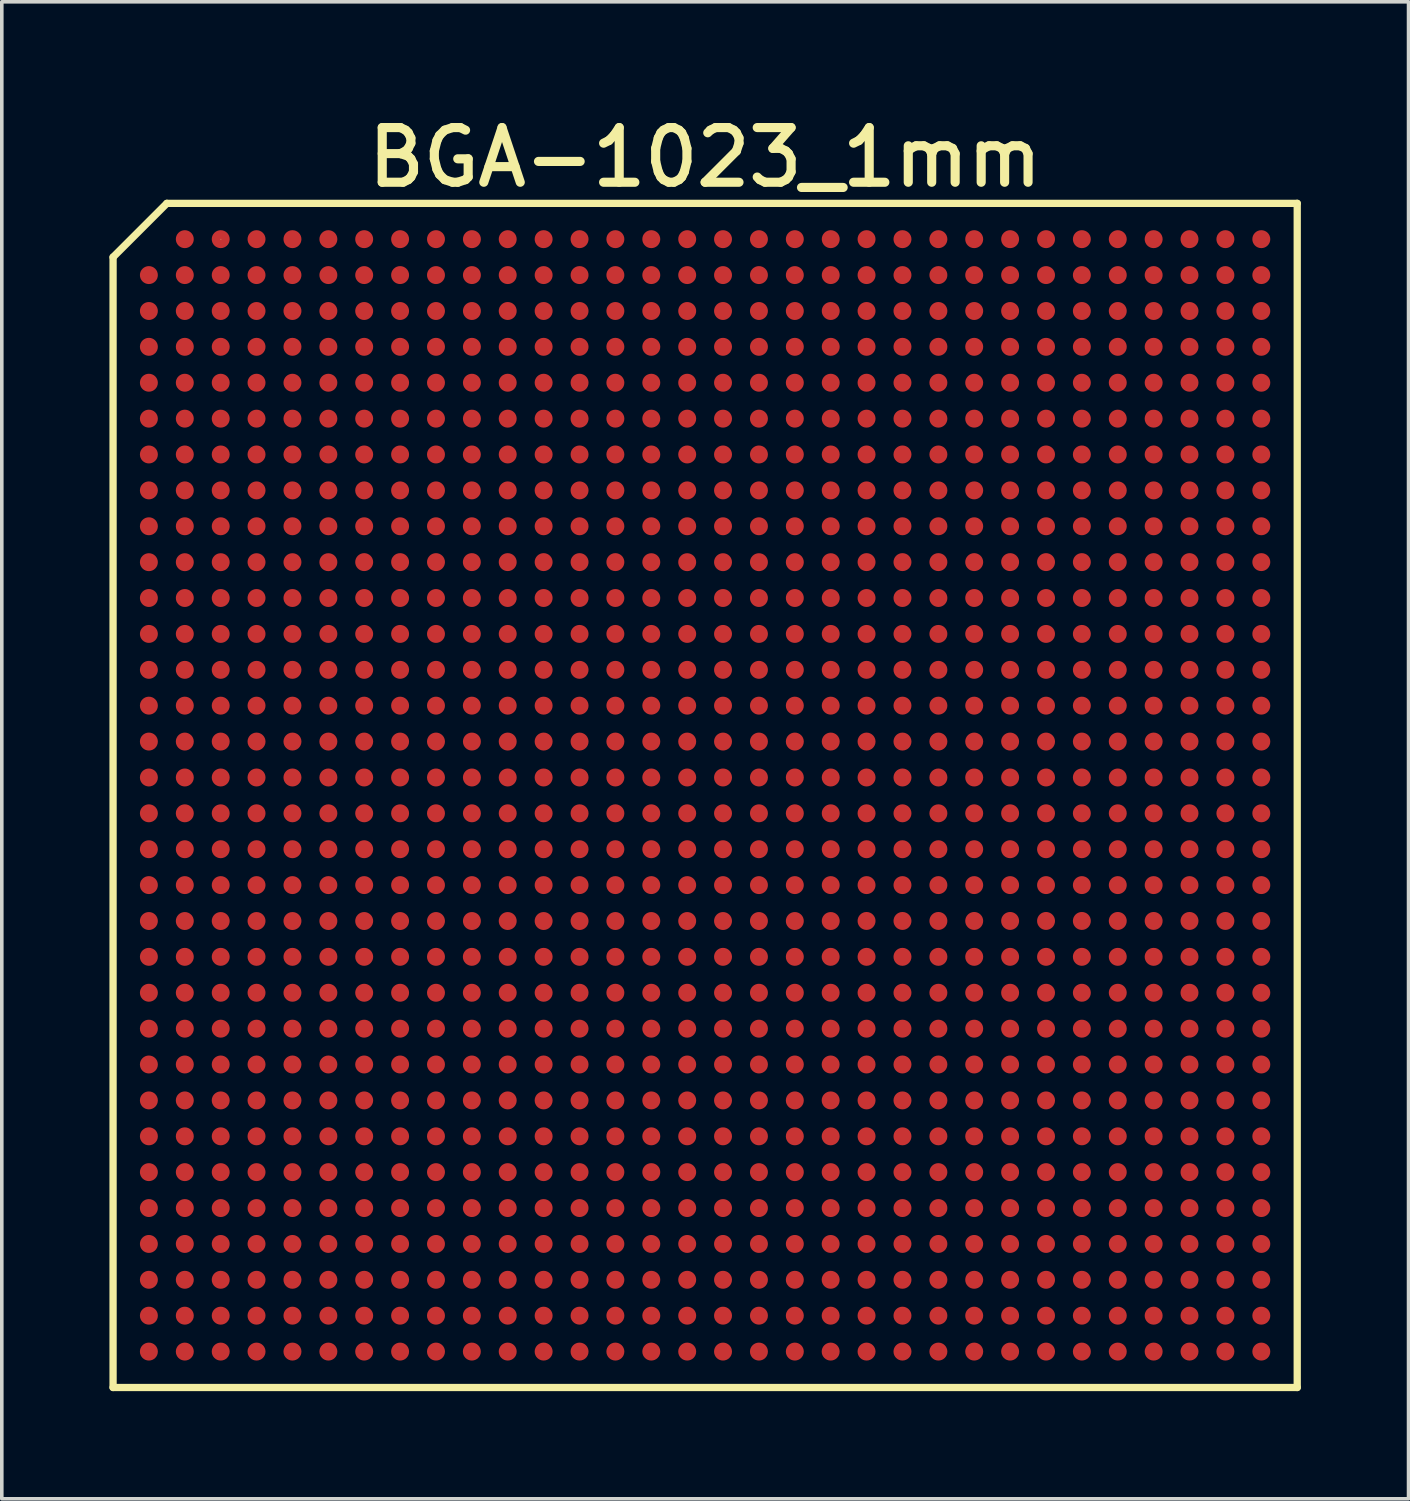
<source format=kicad_pcb>
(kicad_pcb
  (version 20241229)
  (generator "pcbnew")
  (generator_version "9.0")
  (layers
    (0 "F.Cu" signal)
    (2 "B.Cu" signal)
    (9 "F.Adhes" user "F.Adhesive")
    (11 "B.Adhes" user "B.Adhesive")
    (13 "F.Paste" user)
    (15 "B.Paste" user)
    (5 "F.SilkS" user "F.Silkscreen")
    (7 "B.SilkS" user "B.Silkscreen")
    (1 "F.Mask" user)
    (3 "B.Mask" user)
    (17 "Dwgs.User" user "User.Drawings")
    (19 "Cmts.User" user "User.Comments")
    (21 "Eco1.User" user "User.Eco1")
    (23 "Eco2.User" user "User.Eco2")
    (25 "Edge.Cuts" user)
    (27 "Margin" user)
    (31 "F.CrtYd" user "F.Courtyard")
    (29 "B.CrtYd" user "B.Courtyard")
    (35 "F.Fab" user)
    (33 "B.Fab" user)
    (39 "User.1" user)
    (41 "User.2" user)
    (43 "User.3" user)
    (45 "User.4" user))
  (footprint "BGA-1023_1mm"
    (layer "F.Cu")
    (at 16.601 19.117)
    (property "Reference" "BGA-1023_1mm" (at 0 -17.78 0) (layer "F.SilkS") (effects (font (size 1.524 1.524) (thickness 0.254))))
    (attr smd)
    (fp_line (start -16.5 -15.001) (end -15.001 -16.5) (stroke (width 0.203) (type solid)) (layer "F.SilkS"))
    (fp_line (start -16.5 16.5) (end -16.5 -15.001) (stroke (width 0.203) (type solid)) (layer "F.SilkS"))
    (fp_line (start -15.001 -16.5) (end 16.5 -16.5) (stroke (width 0.203) (type solid)) (layer "F.SilkS"))
    (fp_line (start -13.5 -15.502) (end -13.49 -15.502) (stroke (width 0.013) (type solid)) (layer "F.SilkS"))
    (fp_line (start 16.5 -16.5) (end 16.5 16.5) (stroke (width 0.203) (type solid)) (layer "F.SilkS"))
    (fp_line (start 16.5 16.5) (end -16.5 16.5) (stroke (width 0.203) (type solid)) (layer "F.SilkS"))
    (pad "A2" smd circle (at -14.501 -15.502) (size 0.5 0.5) (layers "F.Cu" "F.Mask" "F.Paste"))
    (pad "A3" smd circle (at -13.5 -15.502) (size 0.5 0.5) (layers "F.Cu" "F.Mask" "F.Paste"))
    (pad "A4" smd circle (at -12.502 -15.502) (size 0.5 0.5) (layers "F.Cu" "F.Mask" "F.Paste"))
    (pad "A5" smd circle (at -11.501 -15.502) (size 0.5 0.5) (layers "F.Cu" "F.Mask" "F.Paste"))
    (pad "A6" smd circle (at -10.5 -15.502) (size 0.5 0.5) (layers "F.Cu" "F.Mask" "F.Paste"))
    (pad "A7" smd circle (at -9.502 -15.502) (size 0.5 0.5) (layers "F.Cu" "F.Mask" "F.Paste"))
    (pad "A8" smd circle (at -8.501 -15.502) (size 0.5 0.5) (layers "F.Cu" "F.Mask" "F.Paste"))
    (pad "A9" smd circle (at -7.501 -15.502) (size 0.5 0.5) (layers "F.Cu" "F.Mask" "F.Paste"))
    (pad "A10" smd circle (at -6.5 -15.502) (size 0.5 0.5) (layers "F.Cu" "F.Mask" "F.Paste"))
    (pad "A11" smd circle (at -5.502 -15.502) (size 0.5 0.5) (layers "F.Cu" "F.Mask" "F.Paste"))
    (pad "A12" smd circle (at -4.501 -15.502) (size 0.5 0.5) (layers "F.Cu" "F.Mask" "F.Paste"))
    (pad "A13" smd circle (at -3.5 -15.502) (size 0.5 0.5) (layers "F.Cu" "F.Mask" "F.Paste"))
    (pad "A14" smd circle (at -2.502 -15.502) (size 0.5 0.5) (layers "F.Cu" "F.Mask" "F.Paste"))
    (pad "A15" smd circle (at -1.501 -15.502) (size 0.5 0.5) (layers "F.Cu" "F.Mask" "F.Paste"))
    (pad "A16" smd circle (at -0.5 -15.502) (size 0.5 0.5) (layers "F.Cu" "F.Mask" "F.Paste"))
    (pad "A17" smd circle (at 0.498 -15.502) (size 0.5 0.5) (layers "F.Cu" "F.Mask" "F.Paste"))
    (pad "A18" smd circle (at 1.499 -15.502) (size 0.5 0.5) (layers "F.Cu" "F.Mask" "F.Paste"))
    (pad "A19" smd circle (at 2.499 -15.502) (size 0.5 0.5) (layers "F.Cu" "F.Mask" "F.Paste"))
    (pad "A20" smd circle (at 3.5 -15.502) (size 0.5 0.5) (layers "F.Cu" "F.Mask" "F.Paste"))
    (pad "A21" smd circle (at 4.498 -15.502) (size 0.5 0.5) (layers "F.Cu" "F.Mask" "F.Paste"))
    (pad "A22" smd circle (at 5.499 -15.502) (size 0.5 0.5) (layers "F.Cu" "F.Mask" "F.Paste"))
    (pad "A23" smd circle (at 6.5 -15.502) (size 0.5 0.5) (layers "F.Cu" "F.Mask" "F.Paste"))
    (pad "A24" smd circle (at 7.498 -15.502) (size 0.5 0.5) (layers "F.Cu" "F.Mask" "F.Paste"))
    (pad "A25" smd circle (at 8.499 -15.502) (size 0.5 0.5) (layers "F.Cu" "F.Mask" "F.Paste"))
    (pad "A26" smd circle (at 9.5 -15.502) (size 0.5 0.5) (layers "F.Cu" "F.Mask" "F.Paste"))
    (pad "A27" smd circle (at 10.498 -15.502) (size 0.5 0.5) (layers "F.Cu" "F.Mask" "F.Paste"))
    (pad "A28" smd circle (at 11.499 -15.502) (size 0.5 0.5) (layers "F.Cu" "F.Mask" "F.Paste"))
    (pad "A29" smd circle (at 12.499 -15.502) (size 0.5 0.5) (layers "F.Cu" "F.Mask" "F.Paste"))
    (pad "A30" smd circle (at 13.498 -15.502) (size 0.5 0.5) (layers "F.Cu" "F.Mask" "F.Paste"))
    (pad "A31" smd circle (at 14.498 -15.502) (size 0.5 0.5) (layers "F.Cu" "F.Mask" "F.Paste"))
    (pad "A32" smd circle (at 15.499 -15.502) (size 0.5 0.5) (layers "F.Cu" "F.Mask" "F.Paste"))
    (pad "AA1" smd circle (at -15.502 4.498) (size 0.5 0.5) (layers "F.Cu" "F.Mask" "F.Paste"))
    (pad "AA2" smd circle (at -14.501 4.498) (size 0.5 0.5) (layers "F.Cu" "F.Mask" "F.Paste"))
    (pad "AA3" smd circle (at -13.5 4.498) (size 0.5 0.5) (layers "F.Cu" "F.Mask" "F.Paste"))
    (pad "AA4" smd circle (at -12.502 4.498) (size 0.5 0.5) (layers "F.Cu" "F.Mask" "F.Paste"))
    (pad "AA5" smd circle (at -11.501 4.498) (size 0.5 0.5) (layers "F.Cu" "F.Mask" "F.Paste"))
    (pad "AA6" smd circle (at -10.5 4.498) (size 0.5 0.5) (layers "F.Cu" "F.Mask" "F.Paste"))
    (pad "AA7" smd circle (at -9.502 4.498) (size 0.5 0.5) (layers "F.Cu" "F.Mask" "F.Paste"))
    (pad "AA8" smd circle (at -8.501 4.498) (size 0.5 0.5) (layers "F.Cu" "F.Mask" "F.Paste"))
    (pad "AA9" smd circle (at -7.501 4.498) (size 0.5 0.5) (layers "F.Cu" "F.Mask" "F.Paste"))
    (pad "AA10" smd circle (at -6.502 4.498) (size 0.5 0.5) (layers "F.Cu" "F.Mask" "F.Paste"))
    (pad "AA11" smd circle (at -5.502 4.498) (size 0.5 0.5) (layers "F.Cu" "F.Mask" "F.Paste"))
    (pad "AA12" smd circle (at -4.501 4.498) (size 0.5 0.5) (layers "F.Cu" "F.Mask" "F.Paste"))
    (pad "AA13" smd circle (at -3.5 4.498) (size 0.5 0.5) (layers "F.Cu" "F.Mask" "F.Paste"))
    (pad "AA14" smd circle (at -2.502 4.498) (size 0.5 0.5) (layers "F.Cu" "F.Mask" "F.Paste"))
    (pad "AA15" smd circle (at -1.501 4.498) (size 0.5 0.5) (layers "F.Cu" "F.Mask" "F.Paste"))
    (pad "AA16" smd circle (at -0.5 4.498) (size 0.5 0.5) (layers "F.Cu" "F.Mask" "F.Paste"))
    (pad "AA17" smd circle (at 0.498 4.498) (size 0.5 0.5) (layers "F.Cu" "F.Mask" "F.Paste"))
    (pad "AA18" smd circle (at 1.499 4.498) (size 0.5 0.5) (layers "F.Cu" "F.Mask" "F.Paste"))
    (pad "AA19" smd circle (at 2.499 4.498) (size 0.5 0.5) (layers "F.Cu" "F.Mask" "F.Paste"))
    (pad "AA20" smd circle (at 3.498 4.498) (size 0.5 0.5) (layers "F.Cu" "F.Mask" "F.Paste"))
    (pad "AA21" smd circle (at 4.498 4.498) (size 0.5 0.5) (layers "F.Cu" "F.Mask" "F.Paste"))
    (pad "AA22" smd circle (at 5.499 4.498) (size 0.5 0.5) (layers "F.Cu" "F.Mask" "F.Paste"))
    (pad "AA23" smd circle (at 6.5 4.498) (size 0.5 0.5) (layers "F.Cu" "F.Mask" "F.Paste"))
    (pad "AA24" smd circle (at 7.498 4.498) (size 0.5 0.5) (layers "F.Cu" "F.Mask" "F.Paste"))
    (pad "AA25" smd circle (at 8.499 4.498) (size 0.5 0.5) (layers "F.Cu" "F.Mask" "F.Paste"))
    (pad "AA26" smd circle (at 9.5 4.498) (size 0.5 0.5) (layers "F.Cu" "F.Mask" "F.Paste"))
    (pad "AA27" smd circle (at 10.498 4.498) (size 0.5 0.5) (layers "F.Cu" "F.Mask" "F.Paste"))
    (pad "AA28" smd circle (at 11.499 4.498) (size 0.5 0.5) (layers "F.Cu" "F.Mask" "F.Paste"))
    (pad "AA29" smd circle (at 12.499 4.498) (size 0.5 0.5) (layers "F.Cu" "F.Mask" "F.Paste"))
    (pad "AA30" smd circle (at 13.498 4.498) (size 0.5 0.5) (layers "F.Cu" "F.Mask" "F.Paste"))
    (pad "AA31" smd circle (at 14.498 4.498) (size 0.5 0.5) (layers "F.Cu" "F.Mask" "F.Paste"))
    (pad "AA32" smd circle (at 15.499 4.498) (size 0.5 0.5) (layers "F.Cu" "F.Mask" "F.Paste"))
    (pad "AB1" smd circle (at -15.502 5.499) (size 0.5 0.5) (layers "F.Cu" "F.Mask" "F.Paste"))
    (pad "AB2" smd circle (at -14.501 5.499) (size 0.5 0.5) (layers "F.Cu" "F.Mask" "F.Paste"))
    (pad "AB3" smd circle (at -13.5 5.499) (size 0.5 0.5) (layers "F.Cu" "F.Mask" "F.Paste"))
    (pad "AB4" smd circle (at -12.502 5.499) (size 0.5 0.5) (layers "F.Cu" "F.Mask" "F.Paste"))
    (pad "AB5" smd circle (at -11.501 5.499) (size 0.5 0.5) (layers "F.Cu" "F.Mask" "F.Paste"))
    (pad "AB6" smd circle (at -10.5 5.499) (size 0.5 0.5) (layers "F.Cu" "F.Mask" "F.Paste"))
    (pad "AB7" smd circle (at -9.502 5.499) (size 0.5 0.5) (layers "F.Cu" "F.Mask" "F.Paste"))
    (pad "AB8" smd circle (at -8.501 5.499) (size 0.5 0.5) (layers "F.Cu" "F.Mask" "F.Paste"))
    (pad "AB9" smd circle (at -7.501 5.499) (size 0.5 0.5) (layers "F.Cu" "F.Mask" "F.Paste"))
    (pad "AB10" smd circle (at -6.502 5.499) (size 0.5 0.5) (layers "F.Cu" "F.Mask" "F.Paste"))
    (pad "AB11" smd circle (at -5.502 5.499) (size 0.5 0.5) (layers "F.Cu" "F.Mask" "F.Paste"))
    (pad "AB12" smd circle (at -4.501 5.499) (size 0.5 0.5) (layers "F.Cu" "F.Mask" "F.Paste"))
    (pad "AB13" smd circle (at -3.5 5.499) (size 0.5 0.5) (layers "F.Cu" "F.Mask" "F.Paste"))
    (pad "AB14" smd circle (at -2.502 5.499) (size 0.5 0.5) (layers "F.Cu" "F.Mask" "F.Paste"))
    (pad "AB15" smd circle (at -1.501 5.499) (size 0.5 0.5) (layers "F.Cu" "F.Mask" "F.Paste"))
    (pad "AB16" smd circle (at -0.5 5.499) (size 0.5 0.5) (layers "F.Cu" "F.Mask" "F.Paste"))
    (pad "AB17" smd circle (at 0.498 5.499) (size 0.5 0.5) (layers "F.Cu" "F.Mask" "F.Paste"))
    (pad "AB18" smd circle (at 1.499 5.499) (size 0.5 0.5) (layers "F.Cu" "F.Mask" "F.Paste"))
    (pad "AB19" smd circle (at 2.499 5.499) (size 0.5 0.5) (layers "F.Cu" "F.Mask" "F.Paste"))
    (pad "AB20" smd circle (at 3.498 5.499) (size 0.5 0.5) (layers "F.Cu" "F.Mask" "F.Paste"))
    (pad "AB21" smd circle (at 4.498 5.499) (size 0.5 0.5) (layers "F.Cu" "F.Mask" "F.Paste"))
    (pad "AB22" smd circle (at 5.499 5.499) (size 0.5 0.5) (layers "F.Cu" "F.Mask" "F.Paste"))
    (pad "AB23" smd circle (at 6.5 5.499) (size 0.5 0.5) (layers "F.Cu" "F.Mask" "F.Paste"))
    (pad "AB24" smd circle (at 7.498 5.499) (size 0.5 0.5) (layers "F.Cu" "F.Mask" "F.Paste"))
    (pad "AB25" smd circle (at 8.499 5.499) (size 0.5 0.5) (layers "F.Cu" "F.Mask" "F.Paste"))
    (pad "AB26" smd circle (at 9.5 5.499) (size 0.5 0.5) (layers "F.Cu" "F.Mask" "F.Paste"))
    (pad "AB27" smd circle (at 10.498 5.499) (size 0.5 0.5) (layers "F.Cu" "F.Mask" "F.Paste"))
    (pad "AB28" smd circle (at 11.499 5.499) (size 0.5 0.5) (layers "F.Cu" "F.Mask" "F.Paste"))
    (pad "AB29" smd circle (at 12.499 5.499) (size 0.5 0.5) (layers "F.Cu" "F.Mask" "F.Paste"))
    (pad "AB30" smd circle (at 13.498 5.499) (size 0.5 0.5) (layers "F.Cu" "F.Mask" "F.Paste"))
    (pad "AB31" smd circle (at 14.498 5.499) (size 0.5 0.5) (layers "F.Cu" "F.Mask" "F.Paste"))
    (pad "AB32" smd circle (at 15.499 5.499) (size 0.5 0.5) (layers "F.Cu" "F.Mask" "F.Paste"))
    (pad "AC1" smd circle (at -15.502 6.5) (size 0.5 0.5) (layers "F.Cu" "F.Mask" "F.Paste"))
    (pad "AC2" smd circle (at -14.501 6.5) (size 0.5 0.5) (layers "F.Cu" "F.Mask" "F.Paste"))
    (pad "AC3" smd circle (at -13.5 6.5) (size 0.5 0.5) (layers "F.Cu" "F.Mask" "F.Paste"))
    (pad "AC4" smd circle (at -12.502 6.5) (size 0.5 0.5) (layers "F.Cu" "F.Mask" "F.Paste"))
    (pad "AC5" smd circle (at -11.501 6.5) (size 0.5 0.5) (layers "F.Cu" "F.Mask" "F.Paste"))
    (pad "AC6" smd circle (at -10.5 6.5) (size 0.5 0.5) (layers "F.Cu" "F.Mask" "F.Paste"))
    (pad "AC7" smd circle (at -9.502 6.5) (size 0.5 0.5) (layers "F.Cu" "F.Mask" "F.Paste"))
    (pad "AC8" smd circle (at -8.501 6.5) (size 0.5 0.5) (layers "F.Cu" "F.Mask" "F.Paste"))
    (pad "AC9" smd circle (at -7.501 6.5) (size 0.5 0.5) (layers "F.Cu" "F.Mask" "F.Paste"))
    (pad "AC10" smd circle (at -6.502 6.5) (size 0.5 0.5) (layers "F.Cu" "F.Mask" "F.Paste"))
    (pad "AC11" smd circle (at -5.502 6.5) (size 0.5 0.5) (layers "F.Cu" "F.Mask" "F.Paste"))
    (pad "AC12" smd circle (at -4.501 6.5) (size 0.5 0.5) (layers "F.Cu" "F.Mask" "F.Paste"))
    (pad "AC13" smd circle (at -3.5 6.5) (size 0.5 0.5) (layers "F.Cu" "F.Mask" "F.Paste"))
    (pad "AC14" smd circle (at -2.502 6.5) (size 0.5 0.5) (layers "F.Cu" "F.Mask" "F.Paste"))
    (pad "AC15" smd circle (at -1.501 6.5) (size 0.5 0.5) (layers "F.Cu" "F.Mask" "F.Paste"))
    (pad "AC16" smd circle (at -0.5 6.5) (size 0.5 0.5) (layers "F.Cu" "F.Mask" "F.Paste"))
    (pad "AC17" smd circle (at 0.498 6.5) (size 0.5 0.5) (layers "F.Cu" "F.Mask" "F.Paste"))
    (pad "AC18" smd circle (at 1.499 6.5) (size 0.5 0.5) (layers "F.Cu" "F.Mask" "F.Paste"))
    (pad "AC19" smd circle (at 2.499 6.5) (size 0.5 0.5) (layers "F.Cu" "F.Mask" "F.Paste"))
    (pad "AC20" smd circle (at 3.498 6.5) (size 0.5 0.5) (layers "F.Cu" "F.Mask" "F.Paste"))
    (pad "AC21" smd circle (at 4.498 6.5) (size 0.5 0.5) (layers "F.Cu" "F.Mask" "F.Paste"))
    (pad "AC22" smd circle (at 5.499 6.5) (size 0.5 0.5) (layers "F.Cu" "F.Mask" "F.Paste"))
    (pad "AC23" smd circle (at 6.5 6.5) (size 0.5 0.5) (layers "F.Cu" "F.Mask" "F.Paste"))
    (pad "AC24" smd circle (at 7.498 6.5) (size 0.5 0.5) (layers "F.Cu" "F.Mask" "F.Paste"))
    (pad "AC25" smd circle (at 8.499 6.5) (size 0.5 0.5) (layers "F.Cu" "F.Mask" "F.Paste"))
    (pad "AC26" smd circle (at 9.5 6.5) (size 0.5 0.5) (layers "F.Cu" "F.Mask" "F.Paste"))
    (pad "AC27" smd circle (at 10.498 6.5) (size 0.5 0.5) (layers "F.Cu" "F.Mask" "F.Paste"))
    (pad "AC28" smd circle (at 11.499 6.5) (size 0.5 0.5) (layers "F.Cu" "F.Mask" "F.Paste"))
    (pad "AC29" smd circle (at 12.499 6.5) (size 0.5 0.5) (layers "F.Cu" "F.Mask" "F.Paste"))
    (pad "AC30" smd circle (at 13.498 6.5) (size 0.5 0.5) (layers "F.Cu" "F.Mask" "F.Paste"))
    (pad "AC31" smd circle (at 14.498 6.5) (size 0.5 0.5) (layers "F.Cu" "F.Mask" "F.Paste"))
    (pad "AC32" smd circle (at 15.499 6.5) (size 0.5 0.5) (layers "F.Cu" "F.Mask" "F.Paste"))
    (pad "AD1" smd circle (at -15.502 7.498) (size 0.5 0.5) (layers "F.Cu" "F.Mask" "F.Paste"))
    (pad "AD2" smd circle (at -14.501 7.498) (size 0.5 0.5) (layers "F.Cu" "F.Mask" "F.Paste"))
    (pad "AD3" smd circle (at -13.5 7.498) (size 0.5 0.5) (layers "F.Cu" "F.Mask" "F.Paste"))
    (pad "AD4" smd circle (at -12.502 7.498) (size 0.5 0.5) (layers "F.Cu" "F.Mask" "F.Paste"))
    (pad "AD5" smd circle (at -11.501 7.498) (size 0.5 0.5) (layers "F.Cu" "F.Mask" "F.Paste"))
    (pad "AD6" smd circle (at -10.5 7.498) (size 0.5 0.5) (layers "F.Cu" "F.Mask" "F.Paste"))
    (pad "AD7" smd circle (at -9.502 7.498) (size 0.5 0.5) (layers "F.Cu" "F.Mask" "F.Paste"))
    (pad "AD8" smd circle (at -8.501 7.498) (size 0.5 0.5) (layers "F.Cu" "F.Mask" "F.Paste"))
    (pad "AD9" smd circle (at -7.501 7.498) (size 0.5 0.5) (layers "F.Cu" "F.Mask" "F.Paste"))
    (pad "AD10" smd circle (at -6.502 7.498) (size 0.5 0.5) (layers "F.Cu" "F.Mask" "F.Paste"))
    (pad "AD11" smd circle (at -5.502 7.498) (size 0.5 0.5) (layers "F.Cu" "F.Mask" "F.Paste"))
    (pad "AD12" smd circle (at -4.501 7.498) (size 0.5 0.5) (layers "F.Cu" "F.Mask" "F.Paste"))
    (pad "AD13" smd circle (at -3.5 7.498) (size 0.5 0.5) (layers "F.Cu" "F.Mask" "F.Paste"))
    (pad "AD14" smd circle (at -2.502 7.498) (size 0.5 0.5) (layers "F.Cu" "F.Mask" "F.Paste"))
    (pad "AD15" smd circle (at -1.501 7.498) (size 0.5 0.5) (layers "F.Cu" "F.Mask" "F.Paste"))
    (pad "AD16" smd circle (at -0.5 7.498) (size 0.5 0.5) (layers "F.Cu" "F.Mask" "F.Paste"))
    (pad "AD17" smd circle (at 0.498 7.498) (size 0.5 0.5) (layers "F.Cu" "F.Mask" "F.Paste"))
    (pad "AD18" smd circle (at 1.499 7.498) (size 0.5 0.5) (layers "F.Cu" "F.Mask" "F.Paste"))
    (pad "AD19" smd circle (at 2.499 7.498) (size 0.5 0.5) (layers "F.Cu" "F.Mask" "F.Paste"))
    (pad "AD20" smd circle (at 3.498 7.498) (size 0.5 0.5) (layers "F.Cu" "F.Mask" "F.Paste"))
    (pad "AD21" smd circle (at 4.498 7.498) (size 0.5 0.5) (layers "F.Cu" "F.Mask" "F.Paste"))
    (pad "AD22" smd circle (at 5.499 7.498) (size 0.5 0.5) (layers "F.Cu" "F.Mask" "F.Paste"))
    (pad "AD23" smd circle (at 6.5 7.498) (size 0.5 0.5) (layers "F.Cu" "F.Mask" "F.Paste"))
    (pad "AD24" smd circle (at 7.498 7.498) (size 0.5 0.5) (layers "F.Cu" "F.Mask" "F.Paste"))
    (pad "AD25" smd circle (at 8.499 7.498) (size 0.5 0.5) (layers "F.Cu" "F.Mask" "F.Paste"))
    (pad "AD26" smd circle (at 9.5 7.498) (size 0.5 0.5) (layers "F.Cu" "F.Mask" "F.Paste"))
    (pad "AD27" smd circle (at 10.498 7.498) (size 0.5 0.5) (layers "F.Cu" "F.Mask" "F.Paste"))
    (pad "AD28" smd circle (at 11.499 7.498) (size 0.5 0.5) (layers "F.Cu" "F.Mask" "F.Paste"))
    (pad "AD29" smd circle (at 12.499 7.498) (size 0.5 0.5) (layers "F.Cu" "F.Mask" "F.Paste"))
    (pad "AD30" smd circle (at 13.498 7.498) (size 0.5 0.5) (layers "F.Cu" "F.Mask" "F.Paste"))
    (pad "AD31" smd circle (at 14.498 7.498) (size 0.5 0.5) (layers "F.Cu" "F.Mask" "F.Paste"))
    (pad "AD32" smd circle (at 15.499 7.498) (size 0.5 0.5) (layers "F.Cu" "F.Mask" "F.Paste"))
    (pad "AE1" smd circle (at -15.502 8.499) (size 0.5 0.5) (layers "F.Cu" "F.Mask" "F.Paste"))
    (pad "AE2" smd circle (at -14.501 8.499) (size 0.5 0.5) (layers "F.Cu" "F.Mask" "F.Paste"))
    (pad "AE3" smd circle (at -13.5 8.499) (size 0.5 0.5) (layers "F.Cu" "F.Mask" "F.Paste"))
    (pad "AE4" smd circle (at -12.502 8.499) (size 0.5 0.5) (layers "F.Cu" "F.Mask" "F.Paste"))
    (pad "AE5" smd circle (at -11.501 8.499) (size 0.5 0.5) (layers "F.Cu" "F.Mask" "F.Paste"))
    (pad "AE6" smd circle (at -10.5 8.499) (size 0.5 0.5) (layers "F.Cu" "F.Mask" "F.Paste"))
    (pad "AE7" smd circle (at -9.502 8.499) (size 0.5 0.5) (layers "F.Cu" "F.Mask" "F.Paste"))
    (pad "AE8" smd circle (at -8.501 8.499) (size 0.5 0.5) (layers "F.Cu" "F.Mask" "F.Paste"))
    (pad "AE9" smd circle (at -7.501 8.499) (size 0.5 0.5) (layers "F.Cu" "F.Mask" "F.Paste"))
    (pad "AE10" smd circle (at -6.502 8.499) (size 0.5 0.5) (layers "F.Cu" "F.Mask" "F.Paste"))
    (pad "AE11" smd circle (at -5.502 8.499) (size 0.5 0.5) (layers "F.Cu" "F.Mask" "F.Paste"))
    (pad "AE12" smd circle (at -4.501 8.499) (size 0.5 0.5) (layers "F.Cu" "F.Mask" "F.Paste"))
    (pad "AE13" smd circle (at -3.5 8.499) (size 0.5 0.5) (layers "F.Cu" "F.Mask" "F.Paste"))
    (pad "AE14" smd circle (at -2.502 8.499) (size 0.5 0.5) (layers "F.Cu" "F.Mask" "F.Paste"))
    (pad "AE15" smd circle (at -1.501 8.499) (size 0.5 0.5) (layers "F.Cu" "F.Mask" "F.Paste"))
    (pad "AE16" smd circle (at -0.5 8.499) (size 0.5 0.5) (layers "F.Cu" "F.Mask" "F.Paste"))
    (pad "AE17" smd circle (at 0.498 8.499) (size 0.5 0.5) (layers "F.Cu" "F.Mask" "F.Paste"))
    (pad "AE18" smd circle (at 1.499 8.499) (size 0.5 0.5) (layers "F.Cu" "F.Mask" "F.Paste"))
    (pad "AE19" smd circle (at 2.499 8.499) (size 0.5 0.5) (layers "F.Cu" "F.Mask" "F.Paste"))
    (pad "AE20" smd circle (at 3.498 8.499) (size 0.5 0.5) (layers "F.Cu" "F.Mask" "F.Paste"))
    (pad "AE21" smd circle (at 4.498 8.499) (size 0.5 0.5) (layers "F.Cu" "F.Mask" "F.Paste"))
    (pad "AE22" smd circle (at 5.499 8.499) (size 0.5 0.5) (layers "F.Cu" "F.Mask" "F.Paste"))
    (pad "AE23" smd circle (at 6.5 8.499) (size 0.5 0.5) (layers "F.Cu" "F.Mask" "F.Paste"))
    (pad "AE24" smd circle (at 7.498 8.499) (size 0.5 0.5) (layers "F.Cu" "F.Mask" "F.Paste"))
    (pad "AE25" smd circle (at 8.499 8.499) (size 0.5 0.5) (layers "F.Cu" "F.Mask" "F.Paste"))
    (pad "AE26" smd circle (at 9.5 8.499) (size 0.5 0.5) (layers "F.Cu" "F.Mask" "F.Paste"))
    (pad "AE27" smd circle (at 10.498 8.499) (size 0.5 0.5) (layers "F.Cu" "F.Mask" "F.Paste"))
    (pad "AE28" smd circle (at 11.499 8.499) (size 0.5 0.5) (layers "F.Cu" "F.Mask" "F.Paste"))
    (pad "AE29" smd circle (at 12.499 8.499) (size 0.5 0.5) (layers "F.Cu" "F.Mask" "F.Paste"))
    (pad "AE30" smd circle (at 13.498 8.499) (size 0.5 0.5) (layers "F.Cu" "F.Mask" "F.Paste"))
    (pad "AE31" smd circle (at 14.498 8.499) (size 0.5 0.5) (layers "F.Cu" "F.Mask" "F.Paste"))
    (pad "AE32" smd circle (at 15.499 8.499) (size 0.5 0.5) (layers "F.Cu" "F.Mask" "F.Paste"))
    (pad "AF1" smd circle (at -15.502 9.5) (size 0.5 0.5) (layers "F.Cu" "F.Mask" "F.Paste"))
    (pad "AF2" smd circle (at -14.501 9.5) (size 0.5 0.5) (layers "F.Cu" "F.Mask" "F.Paste"))
    (pad "AF3" smd circle (at -13.5 9.5) (size 0.5 0.5) (layers "F.Cu" "F.Mask" "F.Paste"))
    (pad "AF4" smd circle (at -12.502 9.5) (size 0.5 0.5) (layers "F.Cu" "F.Mask" "F.Paste"))
    (pad "AF5" smd circle (at -11.501 9.5) (size 0.5 0.5) (layers "F.Cu" "F.Mask" "F.Paste"))
    (pad "AF6" smd circle (at -10.5 9.5) (size 0.5 0.5) (layers "F.Cu" "F.Mask" "F.Paste"))
    (pad "AF7" smd circle (at -9.502 9.5) (size 0.5 0.5) (layers "F.Cu" "F.Mask" "F.Paste"))
    (pad "AF8" smd circle (at -8.501 9.5) (size 0.5 0.5) (layers "F.Cu" "F.Mask" "F.Paste"))
    (pad "AF9" smd circle (at -7.501 9.5) (size 0.5 0.5) (layers "F.Cu" "F.Mask" "F.Paste"))
    (pad "AF10" smd circle (at -6.502 9.5) (size 0.5 0.5) (layers "F.Cu" "F.Mask" "F.Paste"))
    (pad "AF11" smd circle (at -5.502 9.5) (size 0.5 0.5) (layers "F.Cu" "F.Mask" "F.Paste"))
    (pad "AF12" smd circle (at -4.501 9.5) (size 0.5 0.5) (layers "F.Cu" "F.Mask" "F.Paste"))
    (pad "AF13" smd circle (at -3.5 9.5) (size 0.5 0.5) (layers "F.Cu" "F.Mask" "F.Paste"))
    (pad "AF14" smd circle (at -2.502 9.5) (size 0.5 0.5) (layers "F.Cu" "F.Mask" "F.Paste"))
    (pad "AF15" smd circle (at -1.501 9.5) (size 0.5 0.5) (layers "F.Cu" "F.Mask" "F.Paste"))
    (pad "AF16" smd circle (at -0.5 9.5) (size 0.5 0.5) (layers "F.Cu" "F.Mask" "F.Paste"))
    (pad "AF17" smd circle (at 0.498 9.5) (size 0.5 0.5) (layers "F.Cu" "F.Mask" "F.Paste"))
    (pad "AF18" smd circle (at 1.499 9.5) (size 0.5 0.5) (layers "F.Cu" "F.Mask" "F.Paste"))
    (pad "AF19" smd circle (at 2.499 9.5) (size 0.5 0.5) (layers "F.Cu" "F.Mask" "F.Paste"))
    (pad "AF20" smd circle (at 3.498 9.5) (size 0.5 0.5) (layers "F.Cu" "F.Mask" "F.Paste"))
    (pad "AF21" smd circle (at 4.498 9.5) (size 0.5 0.5) (layers "F.Cu" "F.Mask" "F.Paste"))
    (pad "AF22" smd circle (at 5.499 9.5) (size 0.5 0.5) (layers "F.Cu" "F.Mask" "F.Paste"))
    (pad "AF23" smd circle (at 6.5 9.5) (size 0.5 0.5) (layers "F.Cu" "F.Mask" "F.Paste"))
    (pad "AF24" smd circle (at 7.498 9.5) (size 0.5 0.5) (layers "F.Cu" "F.Mask" "F.Paste"))
    (pad "AF25" smd circle (at 8.499 9.5) (size 0.5 0.5) (layers "F.Cu" "F.Mask" "F.Paste"))
    (pad "AF26" smd circle (at 9.5 9.5) (size 0.5 0.5) (layers "F.Cu" "F.Mask" "F.Paste"))
    (pad "AF27" smd circle (at 10.498 9.5) (size 0.5 0.5) (layers "F.Cu" "F.Mask" "F.Paste"))
    (pad "AF28" smd circle (at 11.499 9.5) (size 0.5 0.5) (layers "F.Cu" "F.Mask" "F.Paste"))
    (pad "AF29" smd circle (at 12.499 9.5) (size 0.5 0.5) (layers "F.Cu" "F.Mask" "F.Paste"))
    (pad "AF30" smd circle (at 13.498 9.5) (size 0.5 0.5) (layers "F.Cu" "F.Mask" "F.Paste"))
    (pad "AF31" smd circle (at 14.498 9.5) (size 0.5 0.5) (layers "F.Cu" "F.Mask" "F.Paste"))
    (pad "AF32" smd circle (at 15.499 9.5) (size 0.5 0.5) (layers "F.Cu" "F.Mask" "F.Paste"))
    (pad "AG1" smd circle (at -15.502 10.498) (size 0.5 0.5) (layers "F.Cu" "F.Mask" "F.Paste"))
    (pad "AG2" smd circle (at -14.501 10.498) (size 0.5 0.5) (layers "F.Cu" "F.Mask" "F.Paste"))
    (pad "AG3" smd circle (at -13.5 10.498) (size 0.5 0.5) (layers "F.Cu" "F.Mask" "F.Paste"))
    (pad "AG4" smd circle (at -12.502 10.498) (size 0.5 0.5) (layers "F.Cu" "F.Mask" "F.Paste"))
    (pad "AG5" smd circle (at -11.501 10.498) (size 0.5 0.5) (layers "F.Cu" "F.Mask" "F.Paste"))
    (pad "AG6" smd circle (at -10.5 10.498) (size 0.5 0.5) (layers "F.Cu" "F.Mask" "F.Paste"))
    (pad "AG7" smd circle (at -9.502 10.498) (size 0.5 0.5) (layers "F.Cu" "F.Mask" "F.Paste"))
    (pad "AG8" smd circle (at -8.501 10.498) (size 0.5 0.5) (layers "F.Cu" "F.Mask" "F.Paste"))
    (pad "AG9" smd circle (at -7.501 10.498) (size 0.5 0.5) (layers "F.Cu" "F.Mask" "F.Paste"))
    (pad "AG10" smd circle (at -6.502 10.498) (size 0.5 0.5) (layers "F.Cu" "F.Mask" "F.Paste"))
    (pad "AG11" smd circle (at -5.502 10.498) (size 0.5 0.5) (layers "F.Cu" "F.Mask" "F.Paste"))
    (pad "AG12" smd circle (at -4.501 10.498) (size 0.5 0.5) (layers "F.Cu" "F.Mask" "F.Paste"))
    (pad "AG13" smd circle (at -3.5 10.498) (size 0.5 0.5) (layers "F.Cu" "F.Mask" "F.Paste"))
    (pad "AG14" smd circle (at -2.502 10.498) (size 0.5 0.5) (layers "F.Cu" "F.Mask" "F.Paste"))
    (pad "AG15" smd circle (at -1.501 10.498) (size 0.5 0.5) (layers "F.Cu" "F.Mask" "F.Paste"))
    (pad "AG16" smd circle (at -0.5 10.498) (size 0.5 0.5) (layers "F.Cu" "F.Mask" "F.Paste"))
    (pad "AG17" smd circle (at 0.498 10.498) (size 0.5 0.5) (layers "F.Cu" "F.Mask" "F.Paste"))
    (pad "AG18" smd circle (at 1.499 10.498) (size 0.5 0.5) (layers "F.Cu" "F.Mask" "F.Paste"))
    (pad "AG19" smd circle (at 2.499 10.498) (size 0.5 0.5) (layers "F.Cu" "F.Mask" "F.Paste"))
    (pad "AG20" smd circle (at 3.498 10.498) (size 0.5 0.5) (layers "F.Cu" "F.Mask" "F.Paste"))
    (pad "AG21" smd circle (at 4.498 10.498) (size 0.5 0.5) (layers "F.Cu" "F.Mask" "F.Paste"))
    (pad "AG22" smd circle (at 5.499 10.498) (size 0.5 0.5) (layers "F.Cu" "F.Mask" "F.Paste"))
    (pad "AG23" smd circle (at 6.5 10.498) (size 0.5 0.5) (layers "F.Cu" "F.Mask" "F.Paste"))
    (pad "AG24" smd circle (at 7.498 10.498) (size 0.5 0.5) (layers "F.Cu" "F.Mask" "F.Paste"))
    (pad "AG25" smd circle (at 8.499 10.498) (size 0.5 0.5) (layers "F.Cu" "F.Mask" "F.Paste"))
    (pad "AG26" smd circle (at 9.5 10.498) (size 0.5 0.5) (layers "F.Cu" "F.Mask" "F.Paste"))
    (pad "AG27" smd circle (at 10.498 10.498) (size 0.5 0.5) (layers "F.Cu" "F.Mask" "F.Paste"))
    (pad "AG28" smd circle (at 11.499 10.498) (size 0.5 0.5) (layers "F.Cu" "F.Mask" "F.Paste"))
    (pad "AG29" smd circle (at 12.499 10.498) (size 0.5 0.5) (layers "F.Cu" "F.Mask" "F.Paste"))
    (pad "AG30" smd circle (at 13.498 10.498) (size 0.5 0.5) (layers "F.Cu" "F.Mask" "F.Paste"))
    (pad "AG31" smd circle (at 14.498 10.498) (size 0.5 0.5) (layers "F.Cu" "F.Mask" "F.Paste"))
    (pad "AG32" smd circle (at 15.499 10.498) (size 0.5 0.5) (layers "F.Cu" "F.Mask" "F.Paste"))
    (pad "AH1" smd circle (at -15.502 11.499) (size 0.5 0.5) (layers "F.Cu" "F.Mask" "F.Paste"))
    (pad "AH2" smd circle (at -14.501 11.499) (size 0.5 0.5) (layers "F.Cu" "F.Mask" "F.Paste"))
    (pad "AH3" smd circle (at -13.5 11.499) (size 0.5 0.5) (layers "F.Cu" "F.Mask" "F.Paste"))
    (pad "AH4" smd circle (at -12.502 11.499) (size 0.5 0.5) (layers "F.Cu" "F.Mask" "F.Paste"))
    (pad "AH5" smd circle (at -11.501 11.499) (size 0.5 0.5) (layers "F.Cu" "F.Mask" "F.Paste"))
    (pad "AH6" smd circle (at -10.5 11.499) (size 0.5 0.5) (layers "F.Cu" "F.Mask" "F.Paste"))
    (pad "AH7" smd circle (at -9.502 11.499) (size 0.5 0.5) (layers "F.Cu" "F.Mask" "F.Paste"))
    (pad "AH8" smd circle (at -8.501 11.499) (size 0.5 0.5) (layers "F.Cu" "F.Mask" "F.Paste"))
    (pad "AH9" smd circle (at -7.501 11.499) (size 0.5 0.5) (layers "F.Cu" "F.Mask" "F.Paste"))
    (pad "AH10" smd circle (at -6.502 11.499) (size 0.5 0.5) (layers "F.Cu" "F.Mask" "F.Paste"))
    (pad "AH11" smd circle (at -5.502 11.499) (size 0.5 0.5) (layers "F.Cu" "F.Mask" "F.Paste"))
    (pad "AH12" smd circle (at -4.501 11.499) (size 0.5 0.5) (layers "F.Cu" "F.Mask" "F.Paste"))
    (pad "AH13" smd circle (at -3.5 11.499) (size 0.5 0.5) (layers "F.Cu" "F.Mask" "F.Paste"))
    (pad "AH14" smd circle (at -2.502 11.499) (size 0.5 0.5) (layers "F.Cu" "F.Mask" "F.Paste"))
    (pad "AH15" smd circle (at -1.501 11.499) (size 0.5 0.5) (layers "F.Cu" "F.Mask" "F.Paste"))
    (pad "AH16" smd circle (at -0.5 11.499) (size 0.5 0.5) (layers "F.Cu" "F.Mask" "F.Paste"))
    (pad "AH17" smd circle (at 0.498 11.499) (size 0.5 0.5) (layers "F.Cu" "F.Mask" "F.Paste"))
    (pad "AH18" smd circle (at 1.499 11.499) (size 0.5 0.5) (layers "F.Cu" "F.Mask" "F.Paste"))
    (pad "AH19" smd circle (at 2.499 11.499) (size 0.5 0.5) (layers "F.Cu" "F.Mask" "F.Paste"))
    (pad "AH20" smd circle (at 3.498 11.499) (size 0.5 0.5) (layers "F.Cu" "F.Mask" "F.Paste"))
    (pad "AH21" smd circle (at 4.498 11.499) (size 0.5 0.5) (layers "F.Cu" "F.Mask" "F.Paste"))
    (pad "AH22" smd circle (at 5.499 11.499) (size 0.5 0.5) (layers "F.Cu" "F.Mask" "F.Paste"))
    (pad "AH23" smd circle (at 6.5 11.499) (size 0.5 0.5) (layers "F.Cu" "F.Mask" "F.Paste"))
    (pad "AH24" smd circle (at 7.498 11.499) (size 0.5 0.5) (layers "F.Cu" "F.Mask" "F.Paste"))
    (pad "AH25" smd circle (at 8.499 11.499) (size 0.5 0.5) (layers "F.Cu" "F.Mask" "F.Paste"))
    (pad "AH26" smd circle (at 9.5 11.499) (size 0.5 0.5) (layers "F.Cu" "F.Mask" "F.Paste"))
    (pad "AH27" smd circle (at 10.498 11.499) (size 0.5 0.5) (layers "F.Cu" "F.Mask" "F.Paste"))
    (pad "AH28" smd circle (at 11.499 11.499) (size 0.5 0.5) (layers "F.Cu" "F.Mask" "F.Paste"))
    (pad "AH29" smd circle (at 12.499 11.499) (size 0.5 0.5) (layers "F.Cu" "F.Mask" "F.Paste"))
    (pad "AH30" smd circle (at 13.498 11.499) (size 0.5 0.5) (layers "F.Cu" "F.Mask" "F.Paste"))
    (pad "AH31" smd circle (at 14.498 11.499) (size 0.5 0.5) (layers "F.Cu" "F.Mask" "F.Paste"))
    (pad "AH32" smd circle (at 15.499 11.499) (size 0.5 0.5) (layers "F.Cu" "F.Mask" "F.Paste"))
    (pad "AJ1" smd circle (at -15.502 12.499) (size 0.5 0.5) (layers "F.Cu" "F.Mask" "F.Paste"))
    (pad "AJ2" smd circle (at -14.501 12.499) (size 0.5 0.5) (layers "F.Cu" "F.Mask" "F.Paste"))
    (pad "AJ3" smd circle (at -13.5 12.499) (size 0.5 0.5) (layers "F.Cu" "F.Mask" "F.Paste"))
    (pad "AJ4" smd circle (at -12.502 12.499) (size 0.5 0.5) (layers "F.Cu" "F.Mask" "F.Paste"))
    (pad "AJ5" smd circle (at -11.501 12.499) (size 0.5 0.5) (layers "F.Cu" "F.Mask" "F.Paste"))
    (pad "AJ6" smd circle (at -10.5 12.499) (size 0.5 0.5) (layers "F.Cu" "F.Mask" "F.Paste"))
    (pad "AJ7" smd circle (at -9.502 12.499) (size 0.5 0.5) (layers "F.Cu" "F.Mask" "F.Paste"))
    (pad "AJ8" smd circle (at -8.501 12.499) (size 0.5 0.5) (layers "F.Cu" "F.Mask" "F.Paste"))
    (pad "AJ9" smd circle (at -7.501 12.499) (size 0.5 0.5) (layers "F.Cu" "F.Mask" "F.Paste"))
    (pad "AJ10" smd circle (at -6.502 12.499) (size 0.5 0.5) (layers "F.Cu" "F.Mask" "F.Paste"))
    (pad "AJ11" smd circle (at -5.502 12.499) (size 0.5 0.5) (layers "F.Cu" "F.Mask" "F.Paste"))
    (pad "AJ12" smd circle (at -4.501 12.499) (size 0.5 0.5) (layers "F.Cu" "F.Mask" "F.Paste"))
    (pad "AJ13" smd circle (at -3.5 12.499) (size 0.5 0.5) (layers "F.Cu" "F.Mask" "F.Paste"))
    (pad "AJ14" smd circle (at -2.502 12.499) (size 0.5 0.5) (layers "F.Cu" "F.Mask" "F.Paste"))
    (pad "AJ15" smd circle (at -1.501 12.499) (size 0.5 0.5) (layers "F.Cu" "F.Mask" "F.Paste"))
    (pad "AJ16" smd circle (at -0.5 12.499) (size 0.5 0.5) (layers "F.Cu" "F.Mask" "F.Paste"))
    (pad "AJ17" smd circle (at 0.498 12.499) (size 0.5 0.5) (layers "F.Cu" "F.Mask" "F.Paste"))
    (pad "AJ18" smd circle (at 1.499 12.499) (size 0.5 0.5) (layers "F.Cu" "F.Mask" "F.Paste"))
    (pad "AJ19" smd circle (at 2.499 12.499) (size 0.5 0.5) (layers "F.Cu" "F.Mask" "F.Paste"))
    (pad "AJ20" smd circle (at 3.498 12.499) (size 0.5 0.5) (layers "F.Cu" "F.Mask" "F.Paste"))
    (pad "AJ21" smd circle (at 4.498 12.499) (size 0.5 0.5) (layers "F.Cu" "F.Mask" "F.Paste"))
    (pad "AJ22" smd circle (at 5.499 12.499) (size 0.5 0.5) (layers "F.Cu" "F.Mask" "F.Paste"))
    (pad "AJ23" smd circle (at 6.5 12.499) (size 0.5 0.5) (layers "F.Cu" "F.Mask" "F.Paste"))
    (pad "AJ24" smd circle (at 7.498 12.499) (size 0.5 0.5) (layers "F.Cu" "F.Mask" "F.Paste"))
    (pad "AJ25" smd circle (at 8.499 12.499) (size 0.5 0.5) (layers "F.Cu" "F.Mask" "F.Paste"))
    (pad "AJ26" smd circle (at 9.5 12.499) (size 0.5 0.5) (layers "F.Cu" "F.Mask" "F.Paste"))
    (pad "AJ27" smd circle (at 10.498 12.499) (size 0.5 0.5) (layers "F.Cu" "F.Mask" "F.Paste"))
    (pad "AJ28" smd circle (at 11.499 12.499) (size 0.5 0.5) (layers "F.Cu" "F.Mask" "F.Paste"))
    (pad "AJ29" smd circle (at 12.499 12.499) (size 0.5 0.5) (layers "F.Cu" "F.Mask" "F.Paste"))
    (pad "AJ30" smd circle (at 13.498 12.499) (size 0.5 0.5) (layers "F.Cu" "F.Mask" "F.Paste"))
    (pad "AJ31" smd circle (at 14.498 12.499) (size 0.5 0.5) (layers "F.Cu" "F.Mask" "F.Paste"))
    (pad "AJ32" smd circle (at 15.499 12.499) (size 0.5 0.5) (layers "F.Cu" "F.Mask" "F.Paste"))
    (pad "AK1" smd circle (at -15.502 13.498) (size 0.5 0.5) (layers "F.Cu" "F.Mask" "F.Paste"))
    (pad "AK2" smd circle (at -14.501 13.498) (size 0.5 0.5) (layers "F.Cu" "F.Mask" "F.Paste"))
    (pad "AK3" smd circle (at -13.5 13.498) (size 0.5 0.5) (layers "F.Cu" "F.Mask" "F.Paste"))
    (pad "AK4" smd circle (at -12.502 13.498) (size 0.5 0.5) (layers "F.Cu" "F.Mask" "F.Paste"))
    (pad "AK5" smd circle (at -11.501 13.498) (size 0.5 0.5) (layers "F.Cu" "F.Mask" "F.Paste"))
    (pad "AK6" smd circle (at -10.5 13.498) (size 0.5 0.5) (layers "F.Cu" "F.Mask" "F.Paste"))
    (pad "AK7" smd circle (at -9.502 13.498) (size 0.5 0.5) (layers "F.Cu" "F.Mask" "F.Paste"))
    (pad "AK8" smd circle (at -8.501 13.498) (size 0.5 0.5) (layers "F.Cu" "F.Mask" "F.Paste"))
    (pad "AK9" smd circle (at -7.501 13.498) (size 0.5 0.5) (layers "F.Cu" "F.Mask" "F.Paste"))
    (pad "AK10" smd circle (at -6.502 13.498) (size 0.5 0.5) (layers "F.Cu" "F.Mask" "F.Paste"))
    (pad "AK11" smd circle (at -5.502 13.498) (size 0.5 0.5) (layers "F.Cu" "F.Mask" "F.Paste"))
    (pad "AK12" smd circle (at -4.501 13.498) (size 0.5 0.5) (layers "F.Cu" "F.Mask" "F.Paste"))
    (pad "AK13" smd circle (at -3.5 13.498) (size 0.5 0.5) (layers "F.Cu" "F.Mask" "F.Paste"))
    (pad "AK14" smd circle (at -2.502 13.498) (size 0.5 0.5) (layers "F.Cu" "F.Mask" "F.Paste"))
    (pad "AK15" smd circle (at -1.501 13.498) (size 0.5 0.5) (layers "F.Cu" "F.Mask" "F.Paste"))
    (pad "AK16" smd circle (at -0.5 13.498) (size 0.5 0.5) (layers "F.Cu" "F.Mask" "F.Paste"))
    (pad "AK17" smd circle (at 0.498 13.498) (size 0.5 0.5) (layers "F.Cu" "F.Mask" "F.Paste"))
    (pad "AK18" smd circle (at 1.499 13.498) (size 0.5 0.5) (layers "F.Cu" "F.Mask" "F.Paste"))
    (pad "AK19" smd circle (at 2.499 13.498) (size 0.5 0.5) (layers "F.Cu" "F.Mask" "F.Paste"))
    (pad "AK20" smd circle (at 3.498 13.498) (size 0.5 0.5) (layers "F.Cu" "F.Mask" "F.Paste"))
    (pad "AK21" smd circle (at 4.498 13.498) (size 0.5 0.5) (layers "F.Cu" "F.Mask" "F.Paste"))
    (pad "AK22" smd circle (at 5.499 13.498) (size 0.5 0.5) (layers "F.Cu" "F.Mask" "F.Paste"))
    (pad "AK23" smd circle (at 6.5 13.498) (size 0.5 0.5) (layers "F.Cu" "F.Mask" "F.Paste"))
    (pad "AK24" smd circle (at 7.498 13.498) (size 0.5 0.5) (layers "F.Cu" "F.Mask" "F.Paste"))
    (pad "AK25" smd circle (at 8.499 13.498) (size 0.5 0.5) (layers "F.Cu" "F.Mask" "F.Paste"))
    (pad "AK26" smd circle (at 9.5 13.498) (size 0.5 0.5) (layers "F.Cu" "F.Mask" "F.Paste"))
    (pad "AK27" smd circle (at 10.498 13.498) (size 0.5 0.5) (layers "F.Cu" "F.Mask" "F.Paste"))
    (pad "AK28" smd circle (at 11.499 13.498) (size 0.5 0.5) (layers "F.Cu" "F.Mask" "F.Paste"))
    (pad "AK29" smd circle (at 12.499 13.498) (size 0.5 0.5) (layers "F.Cu" "F.Mask" "F.Paste"))
    (pad "AK30" smd circle (at 13.498 13.498) (size 0.5 0.5) (layers "F.Cu" "F.Mask" "F.Paste"))
    (pad "AK31" smd circle (at 14.498 13.498) (size 0.5 0.5) (layers "F.Cu" "F.Mask" "F.Paste"))
    (pad "AK32" smd circle (at 15.499 13.498) (size 0.5 0.5) (layers "F.Cu" "F.Mask" "F.Paste"))
    (pad "AL1" smd circle (at -15.502 14.498) (size 0.5 0.5) (layers "F.Cu" "F.Mask" "F.Paste"))
    (pad "AL2" smd circle (at -14.501 14.498) (size 0.5 0.5) (layers "F.Cu" "F.Mask" "F.Paste"))
    (pad "AL3" smd circle (at -13.5 14.498) (size 0.5 0.5) (layers "F.Cu" "F.Mask" "F.Paste"))
    (pad "AL4" smd circle (at -12.502 14.498) (size 0.5 0.5) (layers "F.Cu" "F.Mask" "F.Paste"))
    (pad "AL5" smd circle (at -11.501 14.498) (size 0.5 0.5) (layers "F.Cu" "F.Mask" "F.Paste"))
    (pad "AL6" smd circle (at -10.5 14.498) (size 0.5 0.5) (layers "F.Cu" "F.Mask" "F.Paste"))
    (pad "AL7" smd circle (at -9.502 14.498) (size 0.5 0.5) (layers "F.Cu" "F.Mask" "F.Paste"))
    (pad "AL8" smd circle (at -8.501 14.498) (size 0.5 0.5) (layers "F.Cu" "F.Mask" "F.Paste"))
    (pad "AL9" smd circle (at -7.501 14.498) (size 0.5 0.5) (layers "F.Cu" "F.Mask" "F.Paste"))
    (pad "AL10" smd circle (at -6.502 14.498) (size 0.5 0.5) (layers "F.Cu" "F.Mask" "F.Paste"))
    (pad "AL11" smd circle (at -5.502 14.498) (size 0.5 0.5) (layers "F.Cu" "F.Mask" "F.Paste"))
    (pad "AL12" smd circle (at -4.501 14.498) (size 0.5 0.5) (layers "F.Cu" "F.Mask" "F.Paste"))
    (pad "AL13" smd circle (at -3.5 14.498) (size 0.5 0.5) (layers "F.Cu" "F.Mask" "F.Paste"))
    (pad "AL14" smd circle (at -2.502 14.498) (size 0.5 0.5) (layers "F.Cu" "F.Mask" "F.Paste"))
    (pad "AL15" smd circle (at -1.501 14.498) (size 0.5 0.5) (layers "F.Cu" "F.Mask" "F.Paste"))
    (pad "AL16" smd circle (at -0.5 14.498) (size 0.5 0.5) (layers "F.Cu" "F.Mask" "F.Paste"))
    (pad "AL17" smd circle (at 0.498 14.498) (size 0.5 0.5) (layers "F.Cu" "F.Mask" "F.Paste"))
    (pad "AL18" smd circle (at 1.499 14.498) (size 0.5 0.5) (layers "F.Cu" "F.Mask" "F.Paste"))
    (pad "AL19" smd circle (at 2.499 14.498) (size 0.5 0.5) (layers "F.Cu" "F.Mask" "F.Paste"))
    (pad "AL20" smd circle (at 3.498 14.498) (size 0.5 0.5) (layers "F.Cu" "F.Mask" "F.Paste"))
    (pad "AL21" smd circle (at 4.498 14.498) (size 0.5 0.5) (layers "F.Cu" "F.Mask" "F.Paste"))
    (pad "AL22" smd circle (at 5.499 14.498) (size 0.5 0.5) (layers "F.Cu" "F.Mask" "F.Paste"))
    (pad "AL23" smd circle (at 6.5 14.498) (size 0.5 0.5) (layers "F.Cu" "F.Mask" "F.Paste"))
    (pad "AL24" smd circle (at 7.498 14.498) (size 0.5 0.5) (layers "F.Cu" "F.Mask" "F.Paste"))
    (pad "AL25" smd circle (at 8.499 14.498) (size 0.5 0.5) (layers "F.Cu" "F.Mask" "F.Paste"))
    (pad "AL26" smd circle (at 9.5 14.498) (size 0.5 0.5) (layers "F.Cu" "F.Mask" "F.Paste"))
    (pad "AL27" smd circle (at 10.498 14.498) (size 0.5 0.5) (layers "F.Cu" "F.Mask" "F.Paste"))
    (pad "AL28" smd circle (at 11.499 14.498) (size 0.5 0.5) (layers "F.Cu" "F.Mask" "F.Paste"))
    (pad "AL29" smd circle (at 12.499 14.498) (size 0.5 0.5) (layers "F.Cu" "F.Mask" "F.Paste"))
    (pad "AL30" smd circle (at 13.498 14.498) (size 0.5 0.5) (layers "F.Cu" "F.Mask" "F.Paste"))
    (pad "AL31" smd circle (at 14.498 14.498) (size 0.5 0.5) (layers "F.Cu" "F.Mask" "F.Paste"))
    (pad "AL32" smd circle (at 15.499 14.498) (size 0.5 0.5) (layers "F.Cu" "F.Mask" "F.Paste"))
    (pad "AM1" smd circle (at -15.502 15.499) (size 0.5 0.5) (layers "F.Cu" "F.Mask" "F.Paste"))
    (pad "AM2" smd circle (at -14.501 15.499) (size 0.5 0.5) (layers "F.Cu" "F.Mask" "F.Paste"))
    (pad "AM3" smd circle (at -13.5 15.499) (size 0.5 0.5) (layers "F.Cu" "F.Mask" "F.Paste"))
    (pad "AM4" smd circle (at -12.502 15.499) (size 0.5 0.5) (layers "F.Cu" "F.Mask" "F.Paste"))
    (pad "AM5" smd circle (at -11.501 15.499) (size 0.5 0.5) (layers "F.Cu" "F.Mask" "F.Paste"))
    (pad "AM6" smd circle (at -10.5 15.499) (size 0.5 0.5) (layers "F.Cu" "F.Mask" "F.Paste"))
    (pad "AM7" smd circle (at -9.502 15.499) (size 0.5 0.5) (layers "F.Cu" "F.Mask" "F.Paste"))
    (pad "AM8" smd circle (at -8.501 15.499) (size 0.5 0.5) (layers "F.Cu" "F.Mask" "F.Paste"))
    (pad "AM9" smd circle (at -7.501 15.499) (size 0.5 0.5) (layers "F.Cu" "F.Mask" "F.Paste"))
    (pad "AM10" smd circle (at -6.502 15.499) (size 0.5 0.5) (layers "F.Cu" "F.Mask" "F.Paste"))
    (pad "AM11" smd circle (at -5.502 15.499) (size 0.5 0.5) (layers "F.Cu" "F.Mask" "F.Paste"))
    (pad "AM12" smd circle (at -4.501 15.499) (size 0.5 0.5) (layers "F.Cu" "F.Mask" "F.Paste"))
    (pad "AM13" smd circle (at -3.5 15.499) (size 0.5 0.5) (layers "F.Cu" "F.Mask" "F.Paste"))
    (pad "AM14" smd circle (at -2.502 15.499) (size 0.5 0.5) (layers "F.Cu" "F.Mask" "F.Paste"))
    (pad "AM15" smd circle (at -1.501 15.499) (size 0.5 0.5) (layers "F.Cu" "F.Mask" "F.Paste"))
    (pad "AM16" smd circle (at -0.5 15.499) (size 0.5 0.5) (layers "F.Cu" "F.Mask" "F.Paste"))
    (pad "AM17" smd circle (at 0.498 15.499) (size 0.5 0.5) (layers "F.Cu" "F.Mask" "F.Paste"))
    (pad "AM18" smd circle (at 1.499 15.499) (size 0.5 0.5) (layers "F.Cu" "F.Mask" "F.Paste"))
    (pad "AM19" smd circle (at 2.499 15.499) (size 0.5 0.5) (layers "F.Cu" "F.Mask" "F.Paste"))
    (pad "AM20" smd circle (at 3.498 15.499) (size 0.5 0.5) (layers "F.Cu" "F.Mask" "F.Paste"))
    (pad "AM21" smd circle (at 4.498 15.499) (size 0.5 0.5) (layers "F.Cu" "F.Mask" "F.Paste"))
    (pad "AM22" smd circle (at 5.499 15.499) (size 0.5 0.5) (layers "F.Cu" "F.Mask" "F.Paste"))
    (pad "AM23" smd circle (at 6.5 15.499) (size 0.5 0.5) (layers "F.Cu" "F.Mask" "F.Paste"))
    (pad "AM24" smd circle (at 7.498 15.499) (size 0.5 0.5) (layers "F.Cu" "F.Mask" "F.Paste"))
    (pad "AM25" smd circle (at 8.499 15.499) (size 0.5 0.5) (layers "F.Cu" "F.Mask" "F.Paste"))
    (pad "AM26" smd circle (at 9.5 15.499) (size 0.5 0.5) (layers "F.Cu" "F.Mask" "F.Paste"))
    (pad "AM27" smd circle (at 10.498 15.499) (size 0.5 0.5) (layers "F.Cu" "F.Mask" "F.Paste"))
    (pad "AM28" smd circle (at 11.499 15.499) (size 0.5 0.5) (layers "F.Cu" "F.Mask" "F.Paste"))
    (pad "AM29" smd circle (at 12.499 15.499) (size 0.5 0.5) (layers "F.Cu" "F.Mask" "F.Paste"))
    (pad "AM30" smd circle (at 13.498 15.499) (size 0.5 0.5) (layers "F.Cu" "F.Mask" "F.Paste"))
    (pad "AM31" smd circle (at 14.498 15.499) (size 0.5 0.5) (layers "F.Cu" "F.Mask" "F.Paste"))
    (pad "AM32" smd circle (at 15.499 15.499) (size 0.5 0.5) (layers "F.Cu" "F.Mask" "F.Paste"))
    (pad "B1" smd circle (at -15.502 -14.501) (size 0.5 0.5) (layers "F.Cu" "F.Mask" "F.Paste"))
    (pad "B2" smd circle (at -14.501 -14.501) (size 0.5 0.5) (layers "F.Cu" "F.Mask" "F.Paste"))
    (pad "B3" smd circle (at -13.5 -14.501) (size 0.5 0.5) (layers "F.Cu" "F.Mask" "F.Paste"))
    (pad "B4" smd circle (at -12.502 -14.501) (size 0.5 0.5) (layers "F.Cu" "F.Mask" "F.Paste"))
    (pad "B5" smd circle (at -11.501 -14.501) (size 0.5 0.5) (layers "F.Cu" "F.Mask" "F.Paste"))
    (pad "B6" smd circle (at -10.5 -14.501) (size 0.5 0.5) (layers "F.Cu" "F.Mask" "F.Paste"))
    (pad "B7" smd circle (at -9.502 -14.501) (size 0.5 0.5) (layers "F.Cu" "F.Mask" "F.Paste"))
    (pad "B8" smd circle (at -8.501 -14.501) (size 0.5 0.5) (layers "F.Cu" "F.Mask" "F.Paste"))
    (pad "B9" smd circle (at -7.501 -14.501) (size 0.5 0.5) (layers "F.Cu" "F.Mask" "F.Paste"))
    (pad "B10" smd circle (at -6.5 -14.501) (size 0.5 0.5) (layers "F.Cu" "F.Mask" "F.Paste"))
    (pad "B11" smd circle (at -5.502 -14.501) (size 0.5 0.5) (layers "F.Cu" "F.Mask" "F.Paste"))
    (pad "B12" smd circle (at -4.501 -14.501) (size 0.5 0.5) (layers "F.Cu" "F.Mask" "F.Paste"))
    (pad "B13" smd circle (at -3.5 -14.501) (size 0.5 0.5) (layers "F.Cu" "F.Mask" "F.Paste"))
    (pad "B14" smd circle (at -2.502 -14.501) (size 0.5 0.5) (layers "F.Cu" "F.Mask" "F.Paste"))
    (pad "B15" smd circle (at -1.501 -14.501) (size 0.5 0.5) (layers "F.Cu" "F.Mask" "F.Paste"))
    (pad "B16" smd circle (at -0.5 -14.501) (size 0.5 0.5) (layers "F.Cu" "F.Mask" "F.Paste"))
    (pad "B17" smd circle (at 0.498 -14.501) (size 0.5 0.5) (layers "F.Cu" "F.Mask" "F.Paste"))
    (pad "B18" smd circle (at 1.499 -14.501) (size 0.5 0.5) (layers "F.Cu" "F.Mask" "F.Paste"))
    (pad "B19" smd circle (at 2.499 -14.501) (size 0.5 0.5) (layers "F.Cu" "F.Mask" "F.Paste"))
    (pad "B20" smd circle (at 3.5 -14.501) (size 0.5 0.5) (layers "F.Cu" "F.Mask" "F.Paste"))
    (pad "B21" smd circle (at 4.498 -14.501) (size 0.5 0.5) (layers "F.Cu" "F.Mask" "F.Paste"))
    (pad "B22" smd circle (at 5.499 -14.501) (size 0.5 0.5) (layers "F.Cu" "F.Mask" "F.Paste"))
    (pad "B23" smd circle (at 6.5 -14.501) (size 0.5 0.5) (layers "F.Cu" "F.Mask" "F.Paste"))
    (pad "B24" smd circle (at 7.498 -14.501) (size 0.5 0.5) (layers "F.Cu" "F.Mask" "F.Paste"))
    (pad "B25" smd circle (at 8.499 -14.501) (size 0.5 0.5) (layers "F.Cu" "F.Mask" "F.Paste"))
    (pad "B26" smd circle (at 9.5 -14.501) (size 0.5 0.5) (layers "F.Cu" "F.Mask" "F.Paste"))
    (pad "B27" smd circle (at 10.498 -14.501) (size 0.5 0.5) (layers "F.Cu" "F.Mask" "F.Paste"))
    (pad "B28" smd circle (at 11.499 -14.501) (size 0.5 0.5) (layers "F.Cu" "F.Mask" "F.Paste"))
    (pad "B29" smd circle (at 12.499 -14.501) (size 0.5 0.5) (layers "F.Cu" "F.Mask" "F.Paste"))
    (pad "B30" smd circle (at 13.498 -14.501) (size 0.5 0.5) (layers "F.Cu" "F.Mask" "F.Paste"))
    (pad "B31" smd circle (at 14.498 -14.501) (size 0.5 0.5) (layers "F.Cu" "F.Mask" "F.Paste"))
    (pad "B32" smd circle (at 15.499 -14.501) (size 0.5 0.5) (layers "F.Cu" "F.Mask" "F.Paste"))
    (pad "C1" smd circle (at -15.502 -13.5) (size 0.5 0.5) (layers "F.Cu" "F.Mask" "F.Paste"))
    (pad "C2" smd circle (at -14.501 -13.5) (size 0.5 0.5) (layers "F.Cu" "F.Mask" "F.Paste"))
    (pad "C3" smd circle (at -13.5 -13.5) (size 0.5 0.5) (layers "F.Cu" "F.Mask" "F.Paste"))
    (pad "C4" smd circle (at -12.502 -13.5) (size 0.5 0.5) (layers "F.Cu" "F.Mask" "F.Paste"))
    (pad "C5" smd circle (at -11.501 -13.5) (size 0.5 0.5) (layers "F.Cu" "F.Mask" "F.Paste"))
    (pad "C6" smd circle (at -10.5 -13.5) (size 0.5 0.5) (layers "F.Cu" "F.Mask" "F.Paste"))
    (pad "C7" smd circle (at -9.502 -13.5) (size 0.5 0.5) (layers "F.Cu" "F.Mask" "F.Paste"))
    (pad "C8" smd circle (at -8.501 -13.5) (size 0.5 0.5) (layers "F.Cu" "F.Mask" "F.Paste"))
    (pad "C9" smd circle (at -7.501 -13.5) (size 0.5 0.5) (layers "F.Cu" "F.Mask" "F.Paste"))
    (pad "C10" smd circle (at -6.5 -13.5) (size 0.5 0.5) (layers "F.Cu" "F.Mask" "F.Paste"))
    (pad "C11" smd circle (at -5.502 -13.5) (size 0.5 0.5) (layers "F.Cu" "F.Mask" "F.Paste"))
    (pad "C12" smd circle (at -4.501 -13.5) (size 0.5 0.5) (layers "F.Cu" "F.Mask" "F.Paste"))
    (pad "C13" smd circle (at -3.5 -13.5) (size 0.5 0.5) (layers "F.Cu" "F.Mask" "F.Paste"))
    (pad "C14" smd circle (at -2.502 -13.5) (size 0.5 0.5) (layers "F.Cu" "F.Mask" "F.Paste"))
    (pad "C15" smd circle (at -1.501 -13.5) (size 0.5 0.5) (layers "F.Cu" "F.Mask" "F.Paste"))
    (pad "C16" smd circle (at -0.5 -13.5) (size 0.5 0.5) (layers "F.Cu" "F.Mask" "F.Paste"))
    (pad "C17" smd circle (at 0.498 -13.5) (size 0.5 0.5) (layers "F.Cu" "F.Mask" "F.Paste"))
    (pad "C18" smd circle (at 1.499 -13.5) (size 0.5 0.5) (layers "F.Cu" "F.Mask" "F.Paste"))
    (pad "C19" smd circle (at 2.499 -13.5) (size 0.5 0.5) (layers "F.Cu" "F.Mask" "F.Paste"))
    (pad "C20" smd circle (at 3.5 -13.5) (size 0.5 0.5) (layers "F.Cu" "F.Mask" "F.Paste"))
    (pad "C21" smd circle (at 4.498 -13.5) (size 0.5 0.5) (layers "F.Cu" "F.Mask" "F.Paste"))
    (pad "C22" smd circle (at 5.499 -13.5) (size 0.5 0.5) (layers "F.Cu" "F.Mask" "F.Paste"))
    (pad "C23" smd circle (at 6.5 -13.5) (size 0.5 0.5) (layers "F.Cu" "F.Mask" "F.Paste"))
    (pad "C24" smd circle (at 7.498 -13.5) (size 0.5 0.5) (layers "F.Cu" "F.Mask" "F.Paste"))
    (pad "C25" smd circle (at 8.499 -13.5) (size 0.5 0.5) (layers "F.Cu" "F.Mask" "F.Paste"))
    (pad "C26" smd circle (at 9.5 -13.5) (size 0.5 0.5) (layers "F.Cu" "F.Mask" "F.Paste"))
    (pad "C27" smd circle (at 10.498 -13.5) (size 0.5 0.5) (layers "F.Cu" "F.Mask" "F.Paste"))
    (pad "C28" smd circle (at 11.499 -13.5) (size 0.5 0.5) (layers "F.Cu" "F.Mask" "F.Paste"))
    (pad "C29" smd circle (at 12.499 -13.5) (size 0.5 0.5) (layers "F.Cu" "F.Mask" "F.Paste"))
    (pad "C30" smd circle (at 13.498 -13.5) (size 0.5 0.5) (layers "F.Cu" "F.Mask" "F.Paste"))
    (pad "C31" smd circle (at 14.498 -13.5) (size 0.5 0.5) (layers "F.Cu" "F.Mask" "F.Paste"))
    (pad "C32" smd circle (at 15.499 -13.5) (size 0.5 0.5) (layers "F.Cu" "F.Mask" "F.Paste"))
    (pad "D1" smd circle (at -15.502 -12.502) (size 0.5 0.5) (layers "F.Cu" "F.Mask" "F.Paste"))
    (pad "D2" smd circle (at -14.501 -12.502) (size 0.5 0.5) (layers "F.Cu" "F.Mask" "F.Paste"))
    (pad "D3" smd circle (at -13.5 -12.502) (size 0.5 0.5) (layers "F.Cu" "F.Mask" "F.Paste"))
    (pad "D4" smd circle (at -12.502 -12.502) (size 0.5 0.5) (layers "F.Cu" "F.Mask" "F.Paste"))
    (pad "D5" smd circle (at -11.501 -12.502) (size 0.5 0.5) (layers "F.Cu" "F.Mask" "F.Paste"))
    (pad "D6" smd circle (at -10.5 -12.502) (size 0.5 0.5) (layers "F.Cu" "F.Mask" "F.Paste"))
    (pad "D7" smd circle (at -9.502 -12.502) (size 0.5 0.5) (layers "F.Cu" "F.Mask" "F.Paste"))
    (pad "D8" smd circle (at -8.501 -12.502) (size 0.5 0.5) (layers "F.Cu" "F.Mask" "F.Paste"))
    (pad "D9" smd circle (at -7.501 -12.502) (size 0.5 0.5) (layers "F.Cu" "F.Mask" "F.Paste"))
    (pad "D10" smd circle (at -6.5 -12.502) (size 0.5 0.5) (layers "F.Cu" "F.Mask" "F.Paste"))
    (pad "D11" smd circle (at -5.502 -12.502) (size 0.5 0.5) (layers "F.Cu" "F.Mask" "F.Paste"))
    (pad "D12" smd circle (at -4.501 -12.502) (size 0.5 0.5) (layers "F.Cu" "F.Mask" "F.Paste"))
    (pad "D13" smd circle (at -3.5 -12.502) (size 0.5 0.5) (layers "F.Cu" "F.Mask" "F.Paste"))
    (pad "D14" smd circle (at -2.502 -12.502) (size 0.5 0.5) (layers "F.Cu" "F.Mask" "F.Paste"))
    (pad "D15" smd circle (at -1.501 -12.502) (size 0.5 0.5) (layers "F.Cu" "F.Mask" "F.Paste"))
    (pad "D16" smd circle (at -0.5 -12.502) (size 0.5 0.5) (layers "F.Cu" "F.Mask" "F.Paste"))
    (pad "D17" smd circle (at 0.498 -12.502) (size 0.5 0.5) (layers "F.Cu" "F.Mask" "F.Paste"))
    (pad "D18" smd circle (at 1.499 -12.502) (size 0.5 0.5) (layers "F.Cu" "F.Mask" "F.Paste"))
    (pad "D19" smd circle (at 2.499 -12.502) (size 0.5 0.5) (layers "F.Cu" "F.Mask" "F.Paste"))
    (pad "D20" smd circle (at 3.5 -12.502) (size 0.5 0.5) (layers "F.Cu" "F.Mask" "F.Paste"))
    (pad "D21" smd circle (at 4.498 -12.502) (size 0.5 0.5) (layers "F.Cu" "F.Mask" "F.Paste"))
    (pad "D22" smd circle (at 5.499 -12.502) (size 0.5 0.5) (layers "F.Cu" "F.Mask" "F.Paste"))
    (pad "D23" smd circle (at 6.5 -12.502) (size 0.5 0.5) (layers "F.Cu" "F.Mask" "F.Paste"))
    (pad "D24" smd circle (at 7.498 -12.502) (size 0.5 0.5) (layers "F.Cu" "F.Mask" "F.Paste"))
    (pad "D25" smd circle (at 8.499 -12.502) (size 0.5 0.5) (layers "F.Cu" "F.Mask" "F.Paste"))
    (pad "D26" smd circle (at 9.5 -12.502) (size 0.5 0.5) (layers "F.Cu" "F.Mask" "F.Paste"))
    (pad "D27" smd circle (at 10.498 -12.502) (size 0.5 0.5) (layers "F.Cu" "F.Mask" "F.Paste"))
    (pad "D28" smd circle (at 11.499 -12.502) (size 0.5 0.5) (layers "F.Cu" "F.Mask" "F.Paste"))
    (pad "D29" smd circle (at 12.499 -12.502) (size 0.5 0.5) (layers "F.Cu" "F.Mask" "F.Paste"))
    (pad "D30" smd circle (at 13.498 -12.502) (size 0.5 0.5) (layers "F.Cu" "F.Mask" "F.Paste"))
    (pad "D31" smd circle (at 14.498 -12.502) (size 0.5 0.5) (layers "F.Cu" "F.Mask" "F.Paste"))
    (pad "D32" smd circle (at 15.499 -12.502) (size 0.5 0.5) (layers "F.Cu" "F.Mask" "F.Paste"))
    (pad "E1" smd circle (at -15.502 -11.501) (size 0.5 0.5) (layers "F.Cu" "F.Mask" "F.Paste"))
    (pad "E2" smd circle (at -14.501 -11.501) (size 0.5 0.5) (layers "F.Cu" "F.Mask" "F.Paste"))
    (pad "E3" smd circle (at -13.5 -11.501) (size 0.5 0.5) (layers "F.Cu" "F.Mask" "F.Paste"))
    (pad "E4" smd circle (at -12.502 -11.501) (size 0.5 0.5) (layers "F.Cu" "F.Mask" "F.Paste"))
    (pad "E5" smd circle (at -11.501 -11.501) (size 0.5 0.5) (layers "F.Cu" "F.Mask" "F.Paste"))
    (pad "E6" smd circle (at -10.5 -11.501) (size 0.5 0.5) (layers "F.Cu" "F.Mask" "F.Paste"))
    (pad "E7" smd circle (at -9.502 -11.501) (size 0.5 0.5) (layers "F.Cu" "F.Mask" "F.Paste"))
    (pad "E8" smd circle (at -8.501 -11.501) (size 0.5 0.5) (layers "F.Cu" "F.Mask" "F.Paste"))
    (pad "E9" smd circle (at -7.501 -11.501) (size 0.5 0.5) (layers "F.Cu" "F.Mask" "F.Paste"))
    (pad "E10" smd circle (at -6.5 -11.501) (size 0.5 0.5) (layers "F.Cu" "F.Mask" "F.Paste"))
    (pad "E11" smd circle (at -5.502 -11.501) (size 0.5 0.5) (layers "F.Cu" "F.Mask" "F.Paste"))
    (pad "E12" smd circle (at -4.501 -11.501) (size 0.5 0.5) (layers "F.Cu" "F.Mask" "F.Paste"))
    (pad "E13" smd circle (at -3.5 -11.501) (size 0.5 0.5) (layers "F.Cu" "F.Mask" "F.Paste"))
    (pad "E14" smd circle (at -2.502 -11.501) (size 0.5 0.5) (layers "F.Cu" "F.Mask" "F.Paste"))
    (pad "E15" smd circle (at -1.501 -11.501) (size 0.5 0.5) (layers "F.Cu" "F.Mask" "F.Paste"))
    (pad "E16" smd circle (at -0.5 -11.501) (size 0.5 0.5) (layers "F.Cu" "F.Mask" "F.Paste"))
    (pad "E17" smd circle (at 0.498 -11.501) (size 0.5 0.5) (layers "F.Cu" "F.Mask" "F.Paste"))
    (pad "E18" smd circle (at 1.499 -11.501) (size 0.5 0.5) (layers "F.Cu" "F.Mask" "F.Paste"))
    (pad "E19" smd circle (at 2.499 -11.501) (size 0.5 0.5) (layers "F.Cu" "F.Mask" "F.Paste"))
    (pad "E20" smd circle (at 3.5 -11.501) (size 0.5 0.5) (layers "F.Cu" "F.Mask" "F.Paste"))
    (pad "E21" smd circle (at 4.498 -11.501) (size 0.5 0.5) (layers "F.Cu" "F.Mask" "F.Paste"))
    (pad "E22" smd circle (at 5.499 -11.501) (size 0.5 0.5) (layers "F.Cu" "F.Mask" "F.Paste"))
    (pad "E23" smd circle (at 6.5 -11.501) (size 0.5 0.5) (layers "F.Cu" "F.Mask" "F.Paste"))
    (pad "E24" smd circle (at 7.498 -11.501) (size 0.5 0.5) (layers "F.Cu" "F.Mask" "F.Paste"))
    (pad "E25" smd circle (at 8.499 -11.501) (size 0.5 0.5) (layers "F.Cu" "F.Mask" "F.Paste"))
    (pad "E26" smd circle (at 9.5 -11.501) (size 0.5 0.5) (layers "F.Cu" "F.Mask" "F.Paste"))
    (pad "E27" smd circle (at 10.498 -11.501) (size 0.5 0.5) (layers "F.Cu" "F.Mask" "F.Paste"))
    (pad "E28" smd circle (at 11.499 -11.501) (size 0.5 0.5) (layers "F.Cu" "F.Mask" "F.Paste"))
    (pad "E29" smd circle (at 12.499 -11.501) (size 0.5 0.5) (layers "F.Cu" "F.Mask" "F.Paste"))
    (pad "E30" smd circle (at 13.498 -11.501) (size 0.5 0.5) (layers "F.Cu" "F.Mask" "F.Paste"))
    (pad "E31" smd circle (at 14.498 -11.501) (size 0.5 0.5) (layers "F.Cu" "F.Mask" "F.Paste"))
    (pad "E32" smd circle (at 15.499 -11.501) (size 0.5 0.5) (layers "F.Cu" "F.Mask" "F.Paste"))
    (pad "F1" smd circle (at -15.502 -10.5) (size 0.5 0.5) (layers "F.Cu" "F.Mask" "F.Paste"))
    (pad "F2" smd circle (at -14.501 -10.5) (size 0.5 0.5) (layers "F.Cu" "F.Mask" "F.Paste"))
    (pad "F3" smd circle (at -13.5 -10.5) (size 0.5 0.5) (layers "F.Cu" "F.Mask" "F.Paste"))
    (pad "F4" smd circle (at -12.502 -10.5) (size 0.5 0.5) (layers "F.Cu" "F.Mask" "F.Paste"))
    (pad "F5" smd circle (at -11.501 -10.5) (size 0.5 0.5) (layers "F.Cu" "F.Mask" "F.Paste"))
    (pad "F6" smd circle (at -10.5 -10.5) (size 0.5 0.5) (layers "F.Cu" "F.Mask" "F.Paste"))
    (pad "F7" smd circle (at -9.502 -10.5) (size 0.5 0.5) (layers "F.Cu" "F.Mask" "F.Paste"))
    (pad "F8" smd circle (at -8.501 -10.5) (size 0.5 0.5) (layers "F.Cu" "F.Mask" "F.Paste"))
    (pad "F9" smd circle (at -7.501 -10.5) (size 0.5 0.5) (layers "F.Cu" "F.Mask" "F.Paste"))
    (pad "F10" smd circle (at -6.5 -10.5) (size 0.5 0.5) (layers "F.Cu" "F.Mask" "F.Paste"))
    (pad "F11" smd circle (at -5.502 -10.5) (size 0.5 0.5) (layers "F.Cu" "F.Mask" "F.Paste"))
    (pad "F12" smd circle (at -4.501 -10.5) (size 0.5 0.5) (layers "F.Cu" "F.Mask" "F.Paste"))
    (pad "F13" smd circle (at -3.5 -10.5) (size 0.5 0.5) (layers "F.Cu" "F.Mask" "F.Paste"))
    (pad "F14" smd circle (at -2.502 -10.5) (size 0.5 0.5) (layers "F.Cu" "F.Mask" "F.Paste"))
    (pad "F15" smd circle (at -1.501 -10.5) (size 0.5 0.5) (layers "F.Cu" "F.Mask" "F.Paste"))
    (pad "F16" smd circle (at -0.5 -10.5) (size 0.5 0.5) (layers "F.Cu" "F.Mask" "F.Paste"))
    (pad "F17" smd circle (at 0.498 -10.5) (size 0.5 0.5) (layers "F.Cu" "F.Mask" "F.Paste"))
    (pad "F18" smd circle (at 1.499 -10.5) (size 0.5 0.5) (layers "F.Cu" "F.Mask" "F.Paste"))
    (pad "F19" smd circle (at 2.499 -10.5) (size 0.5 0.5) (layers "F.Cu" "F.Mask" "F.Paste"))
    (pad "F20" smd circle (at 3.5 -10.5) (size 0.5 0.5) (layers "F.Cu" "F.Mask" "F.Paste"))
    (pad "F21" smd circle (at 4.498 -10.5) (size 0.5 0.5) (layers "F.Cu" "F.Mask" "F.Paste"))
    (pad "F22" smd circle (at 5.499 -10.5) (size 0.5 0.5) (layers "F.Cu" "F.Mask" "F.Paste"))
    (pad "F23" smd circle (at 6.5 -10.5) (size 0.5 0.5) (layers "F.Cu" "F.Mask" "F.Paste"))
    (pad "F24" smd circle (at 7.498 -10.5) (size 0.5 0.5) (layers "F.Cu" "F.Mask" "F.Paste"))
    (pad "F25" smd circle (at 8.499 -10.5) (size 0.5 0.5) (layers "F.Cu" "F.Mask" "F.Paste"))
    (pad "F26" smd circle (at 9.5 -10.5) (size 0.5 0.5) (layers "F.Cu" "F.Mask" "F.Paste"))
    (pad "F27" smd circle (at 10.498 -10.5) (size 0.5 0.5) (layers "F.Cu" "F.Mask" "F.Paste"))
    (pad "F28" smd circle (at 11.499 -10.5) (size 0.5 0.5) (layers "F.Cu" "F.Mask" "F.Paste"))
    (pad "F29" smd circle (at 12.499 -10.5) (size 0.5 0.5) (layers "F.Cu" "F.Mask" "F.Paste"))
    (pad "F30" smd circle (at 13.498 -10.5) (size 0.5 0.5) (layers "F.Cu" "F.Mask" "F.Paste"))
    (pad "F31" smd circle (at 14.498 -10.5) (size 0.5 0.5) (layers "F.Cu" "F.Mask" "F.Paste"))
    (pad "F32" smd circle (at 15.499 -10.5) (size 0.5 0.5) (layers "F.Cu" "F.Mask" "F.Paste"))
    (pad "G1" smd circle (at -15.502 -9.502) (size 0.5 0.5) (layers "F.Cu" "F.Mask" "F.Paste"))
    (pad "G2" smd circle (at -14.501 -9.502) (size 0.5 0.5) (layers "F.Cu" "F.Mask" "F.Paste"))
    (pad "G3" smd circle (at -13.5 -9.502) (size 0.5 0.5) (layers "F.Cu" "F.Mask" "F.Paste"))
    (pad "G4" smd circle (at -12.502 -9.502) (size 0.5 0.5) (layers "F.Cu" "F.Mask" "F.Paste"))
    (pad "G5" smd circle (at -11.501 -9.502) (size 0.5 0.5) (layers "F.Cu" "F.Mask" "F.Paste"))
    (pad "G6" smd circle (at -10.5 -9.502) (size 0.5 0.5) (layers "F.Cu" "F.Mask" "F.Paste"))
    (pad "G7" smd circle (at -9.502 -9.502) (size 0.5 0.5) (layers "F.Cu" "F.Mask" "F.Paste"))
    (pad "G8" smd circle (at -8.501 -9.502) (size 0.5 0.5) (layers "F.Cu" "F.Mask" "F.Paste"))
    (pad "G9" smd circle (at -7.501 -9.502) (size 0.5 0.5) (layers "F.Cu" "F.Mask" "F.Paste"))
    (pad "G10" smd circle (at -6.502 -9.502) (size 0.5 0.5) (layers "F.Cu" "F.Mask" "F.Paste"))
    (pad "G11" smd circle (at -5.502 -9.502) (size 0.5 0.5) (layers "F.Cu" "F.Mask" "F.Paste"))
    (pad "G12" smd circle (at -4.501 -9.502) (size 0.5 0.5) (layers "F.Cu" "F.Mask" "F.Paste"))
    (pad "G13" smd circle (at -3.5 -9.502) (size 0.5 0.5) (layers "F.Cu" "F.Mask" "F.Paste"))
    (pad "G14" smd circle (at -2.502 -9.502) (size 0.5 0.5) (layers "F.Cu" "F.Mask" "F.Paste"))
    (pad "G15" smd circle (at -1.501 -9.502) (size 0.5 0.5) (layers "F.Cu" "F.Mask" "F.Paste"))
    (pad "G16" smd circle (at -0.5 -9.502) (size 0.5 0.5) (layers "F.Cu" "F.Mask" "F.Paste"))
    (pad "G17" smd circle (at 0.498 -9.502) (size 0.5 0.5) (layers "F.Cu" "F.Mask" "F.Paste"))
    (pad "G18" smd circle (at 1.499 -9.502) (size 0.5 0.5) (layers "F.Cu" "F.Mask" "F.Paste"))
    (pad "G19" smd circle (at 2.499 -9.502) (size 0.5 0.5) (layers "F.Cu" "F.Mask" "F.Paste"))
    (pad "G20" smd circle (at 3.5 -9.502) (size 0.5 0.5) (layers "F.Cu" "F.Mask" "F.Paste"))
    (pad "G21" smd circle (at 4.498 -9.502) (size 0.5 0.5) (layers "F.Cu" "F.Mask" "F.Paste"))
    (pad "G22" smd circle (at 5.499 -9.502) (size 0.5 0.5) (layers "F.Cu" "F.Mask" "F.Paste"))
    (pad "G23" smd circle (at 6.5 -9.502) (size 0.5 0.5) (layers "F.Cu" "F.Mask" "F.Paste"))
    (pad "G24" smd circle (at 7.498 -9.502) (size 0.5 0.5) (layers "F.Cu" "F.Mask" "F.Paste"))
    (pad "G25" smd circle (at 8.499 -9.502) (size 0.5 0.5) (layers "F.Cu" "F.Mask" "F.Paste"))
    (pad "G26" smd circle (at 9.5 -9.502) (size 0.5 0.5) (layers "F.Cu" "F.Mask" "F.Paste"))
    (pad "G27" smd circle (at 10.498 -9.502) (size 0.5 0.5) (layers "F.Cu" "F.Mask" "F.Paste"))
    (pad "G28" smd circle (at 11.499 -9.502) (size 0.5 0.5) (layers "F.Cu" "F.Mask" "F.Paste"))
    (pad "G29" smd circle (at 12.499 -9.502) (size 0.5 0.5) (layers "F.Cu" "F.Mask" "F.Paste"))
    (pad "G30" smd circle (at 13.498 -9.502) (size 0.5 0.5) (layers "F.Cu" "F.Mask" "F.Paste"))
    (pad "G31" smd circle (at 14.498 -9.502) (size 0.5 0.5) (layers "F.Cu" "F.Mask" "F.Paste"))
    (pad "G32" smd circle (at 15.499 -9.502) (size 0.5 0.5) (layers "F.Cu" "F.Mask" "F.Paste"))
    (pad "H1" smd circle (at -15.502 -8.501) (size 0.5 0.5) (layers "F.Cu" "F.Mask" "F.Paste"))
    (pad "H2" smd circle (at -14.501 -8.501) (size 0.5 0.5) (layers "F.Cu" "F.Mask" "F.Paste"))
    (pad "H3" smd circle (at -13.5 -8.501) (size 0.5 0.5) (layers "F.Cu" "F.Mask" "F.Paste"))
    (pad "H4" smd circle (at -12.502 -8.501) (size 0.5 0.5) (layers "F.Cu" "F.Mask" "F.Paste"))
    (pad "H5" smd circle (at -11.501 -8.501) (size 0.5 0.5) (layers "F.Cu" "F.Mask" "F.Paste"))
    (pad "H6" smd circle (at -10.5 -8.501) (size 0.5 0.5) (layers "F.Cu" "F.Mask" "F.Paste"))
    (pad "H7" smd circle (at -9.502 -8.501) (size 0.5 0.5) (layers "F.Cu" "F.Mask" "F.Paste"))
    (pad "H8" smd circle (at -8.501 -8.501) (size 0.5 0.5) (layers "F.Cu" "F.Mask" "F.Paste"))
    (pad "H9" smd circle (at -7.501 -8.501) (size 0.5 0.5) (layers "F.Cu" "F.Mask" "F.Paste"))
    (pad "H10" smd circle (at -6.502 -8.501) (size 0.5 0.5) (layers "F.Cu" "F.Mask" "F.Paste"))
    (pad "H11" smd circle (at -5.502 -8.501) (size 0.5 0.5) (layers "F.Cu" "F.Mask" "F.Paste"))
    (pad "H12" smd circle (at -4.501 -8.501) (size 0.5 0.5) (layers "F.Cu" "F.Mask" "F.Paste"))
    (pad "H13" smd circle (at -3.5 -8.501) (size 0.5 0.5) (layers "F.Cu" "F.Mask" "F.Paste"))
    (pad "H14" smd circle (at -2.502 -8.501) (size 0.5 0.5) (layers "F.Cu" "F.Mask" "F.Paste"))
    (pad "H15" smd circle (at -1.501 -8.501) (size 0.5 0.5) (layers "F.Cu" "F.Mask" "F.Paste"))
    (pad "H16" smd circle (at -0.5 -8.501) (size 0.5 0.5) (layers "F.Cu" "F.Mask" "F.Paste"))
    (pad "H17" smd circle (at 0.498 -8.501) (size 0.5 0.5) (layers "F.Cu" "F.Mask" "F.Paste"))
    (pad "H18" smd circle (at 1.499 -8.501) (size 0.5 0.5) (layers "F.Cu" "F.Mask" "F.Paste"))
    (pad "H19" smd circle (at 2.499 -8.501) (size 0.5 0.5) (layers "F.Cu" "F.Mask" "F.Paste"))
    (pad "H20" smd circle (at 3.5 -8.501) (size 0.5 0.5) (layers "F.Cu" "F.Mask" "F.Paste"))
    (pad "H21" smd circle (at 4.498 -8.501) (size 0.5 0.5) (layers "F.Cu" "F.Mask" "F.Paste"))
    (pad "H22" smd circle (at 5.499 -8.501) (size 0.5 0.5) (layers "F.Cu" "F.Mask" "F.Paste"))
    (pad "H23" smd circle (at 6.5 -8.501) (size 0.5 0.5) (layers "F.Cu" "F.Mask" "F.Paste"))
    (pad "H24" smd circle (at 7.498 -8.501) (size 0.5 0.5) (layers "F.Cu" "F.Mask" "F.Paste"))
    (pad "H25" smd circle (at 8.499 -8.501) (size 0.5 0.5) (layers "F.Cu" "F.Mask" "F.Paste"))
    (pad "H26" smd circle (at 9.5 -8.501) (size 0.5 0.5) (layers "F.Cu" "F.Mask" "F.Paste"))
    (pad "H27" smd circle (at 10.498 -8.501) (size 0.5 0.5) (layers "F.Cu" "F.Mask" "F.Paste"))
    (pad "H28" smd circle (at 11.499 -8.501) (size 0.5 0.5) (layers "F.Cu" "F.Mask" "F.Paste"))
    (pad "H29" smd circle (at 12.499 -8.501) (size 0.5 0.5) (layers "F.Cu" "F.Mask" "F.Paste"))
    (pad "H30" smd circle (at 13.498 -8.501) (size 0.5 0.5) (layers "F.Cu" "F.Mask" "F.Paste"))
    (pad "H31" smd circle (at 14.498 -8.501) (size 0.5 0.5) (layers "F.Cu" "F.Mask" "F.Paste"))
    (pad "H32" smd circle (at 15.499 -8.501) (size 0.5 0.5) (layers "F.Cu" "F.Mask" "F.Paste"))
    (pad "J1" smd circle (at -15.502 -7.501) (size 0.5 0.5) (layers "F.Cu" "F.Mask" "F.Paste"))
    (pad "J2" smd circle (at -14.501 -7.501) (size 0.5 0.5) (layers "F.Cu" "F.Mask" "F.Paste"))
    (pad "J3" smd circle (at -13.5 -7.501) (size 0.5 0.5) (layers "F.Cu" "F.Mask" "F.Paste"))
    (pad "J4" smd circle (at -12.502 -7.501) (size 0.5 0.5) (layers "F.Cu" "F.Mask" "F.Paste"))
    (pad "J5" smd circle (at -11.501 -7.501) (size 0.5 0.5) (layers "F.Cu" "F.Mask" "F.Paste"))
    (pad "J6" smd circle (at -10.5 -7.501) (size 0.5 0.5) (layers "F.Cu" "F.Mask" "F.Paste"))
    (pad "J7" smd circle (at -9.502 -7.501) (size 0.5 0.5) (layers "F.Cu" "F.Mask" "F.Paste"))
    (pad "J8" smd circle (at -8.501 -7.501) (size 0.5 0.5) (layers "F.Cu" "F.Mask" "F.Paste"))
    (pad "J9" smd circle (at -7.501 -7.501) (size 0.5 0.5) (layers "F.Cu" "F.Mask" "F.Paste"))
    (pad "J10" smd circle (at -6.502 -7.501) (size 0.5 0.5) (layers "F.Cu" "F.Mask" "F.Paste"))
    (pad "J11" smd circle (at -5.502 -7.501) (size 0.5 0.5) (layers "F.Cu" "F.Mask" "F.Paste"))
    (pad "J12" smd circle (at -4.501 -7.501) (size 0.5 0.5) (layers "F.Cu" "F.Mask" "F.Paste"))
    (pad "J13" smd circle (at -3.5 -7.501) (size 0.5 0.5) (layers "F.Cu" "F.Mask" "F.Paste"))
    (pad "J14" smd circle (at -2.502 -7.501) (size 0.5 0.5) (layers "F.Cu" "F.Mask" "F.Paste"))
    (pad "J15" smd circle (at -1.501 -7.501) (size 0.5 0.5) (layers "F.Cu" "F.Mask" "F.Paste"))
    (pad "J16" smd circle (at -0.5 -7.501) (size 0.5 0.5) (layers "F.Cu" "F.Mask" "F.Paste"))
    (pad "J17" smd circle (at 0.498 -7.501) (size 0.5 0.5) (layers "F.Cu" "F.Mask" "F.Paste"))
    (pad "J18" smd circle (at 1.499 -7.501) (size 0.5 0.5) (layers "F.Cu" "F.Mask" "F.Paste"))
    (pad "J19" smd circle (at 2.499 -7.501) (size 0.5 0.5) (layers "F.Cu" "F.Mask" "F.Paste"))
    (pad "J20" smd circle (at 3.5 -7.501) (size 0.5 0.5) (layers "F.Cu" "F.Mask" "F.Paste"))
    (pad "J21" smd circle (at 4.498 -7.501) (size 0.5 0.5) (layers "F.Cu" "F.Mask" "F.Paste"))
    (pad "J22" smd circle (at 5.499 -7.501) (size 0.5 0.5) (layers "F.Cu" "F.Mask" "F.Paste"))
    (pad "J23" smd circle (at 6.5 -7.501) (size 0.5 0.5) (layers "F.Cu" "F.Mask" "F.Paste"))
    (pad "J24" smd circle (at 7.498 -7.501) (size 0.5 0.5) (layers "F.Cu" "F.Mask" "F.Paste"))
    (pad "J25" smd circle (at 8.499 -7.501) (size 0.5 0.5) (layers "F.Cu" "F.Mask" "F.Paste"))
    (pad "J26" smd circle (at 9.5 -7.501) (size 0.5 0.5) (layers "F.Cu" "F.Mask" "F.Paste"))
    (pad "J27" smd circle (at 10.498 -7.501) (size 0.5 0.5) (layers "F.Cu" "F.Mask" "F.Paste"))
    (pad "J28" smd circle (at 11.499 -7.501) (size 0.5 0.5) (layers "F.Cu" "F.Mask" "F.Paste"))
    (pad "J29" smd circle (at 12.499 -7.501) (size 0.5 0.5) (layers "F.Cu" "F.Mask" "F.Paste"))
    (pad "J30" smd circle (at 13.498 -7.501) (size 0.5 0.5) (layers "F.Cu" "F.Mask" "F.Paste"))
    (pad "J31" smd circle (at 14.498 -7.501) (size 0.5 0.5) (layers "F.Cu" "F.Mask" "F.Paste"))
    (pad "J32" smd circle (at 15.499 -7.501) (size 0.5 0.5) (layers "F.Cu" "F.Mask" "F.Paste"))
    (pad "K1" smd circle (at -15.502 -6.5) (size 0.5 0.5) (layers "F.Cu" "F.Mask" "F.Paste"))
    (pad "K2" smd circle (at -14.501 -6.5) (size 0.5 0.5) (layers "F.Cu" "F.Mask" "F.Paste"))
    (pad "K3" smd circle (at -13.5 -6.5) (size 0.5 0.5) (layers "F.Cu" "F.Mask" "F.Paste"))
    (pad "K4" smd circle (at -12.502 -6.5) (size 0.5 0.5) (layers "F.Cu" "F.Mask" "F.Paste"))
    (pad "K5" smd circle (at -11.501 -6.5) (size 0.5 0.5) (layers "F.Cu" "F.Mask" "F.Paste"))
    (pad "K6" smd circle (at -10.5 -6.5) (size 0.5 0.5) (layers "F.Cu" "F.Mask" "F.Paste"))
    (pad "K7" smd circle (at -9.502 -6.502) (size 0.5 0.5) (layers "F.Cu" "F.Mask" "F.Paste"))
    (pad "K8" smd circle (at -8.501 -6.502) (size 0.5 0.5) (layers "F.Cu" "F.Mask" "F.Paste"))
    (pad "K9" smd circle (at -7.501 -6.502) (size 0.5 0.5) (layers "F.Cu" "F.Mask" "F.Paste"))
    (pad "K10" smd circle (at -6.502 -6.502) (size 0.5 0.5) (layers "F.Cu" "F.Mask" "F.Paste"))
    (pad "K11" smd circle (at -5.502 -6.502) (size 0.5 0.5) (layers "F.Cu" "F.Mask" "F.Paste"))
    (pad "K12" smd circle (at -4.501 -6.502) (size 0.5 0.5) (layers "F.Cu" "F.Mask" "F.Paste"))
    (pad "K13" smd circle (at -3.5 -6.502) (size 0.5 0.5) (layers "F.Cu" "F.Mask" "F.Paste"))
    (pad "K14" smd circle (at -2.502 -6.502) (size 0.5 0.5) (layers "F.Cu" "F.Mask" "F.Paste"))
    (pad "K15" smd circle (at -1.501 -6.5) (size 0.5 0.5) (layers "F.Cu" "F.Mask" "F.Paste"))
    (pad "K16" smd circle (at -0.5 -6.5) (size 0.5 0.5) (layers "F.Cu" "F.Mask" "F.Paste"))
    (pad "K17" smd circle (at 0.498 -6.5) (size 0.5 0.5) (layers "F.Cu" "F.Mask" "F.Paste"))
    (pad "K18" smd circle (at 1.499 -6.5) (size 0.5 0.5) (layers "F.Cu" "F.Mask" "F.Paste"))
    (pad "K19" smd circle (at 2.499 -6.5) (size 0.5 0.5) (layers "F.Cu" "F.Mask" "F.Paste"))
    (pad "K20" smd circle (at 3.5 -6.5) (size 0.5 0.5) (layers "F.Cu" "F.Mask" "F.Paste"))
    (pad "K21" smd circle (at 4.498 -6.502) (size 0.5 0.5) (layers "F.Cu" "F.Mask" "F.Paste"))
    (pad "K22" smd circle (at 5.499 -6.502) (size 0.5 0.5) (layers "F.Cu" "F.Mask" "F.Paste"))
    (pad "K23" smd circle (at 6.5 -6.502) (size 0.5 0.5) (layers "F.Cu" "F.Mask" "F.Paste"))
    (pad "K24" smd circle (at 7.498 -6.502) (size 0.5 0.5) (layers "F.Cu" "F.Mask" "F.Paste"))
    (pad "K25" smd circle (at 8.499 -6.502) (size 0.5 0.5) (layers "F.Cu" "F.Mask" "F.Paste"))
    (pad "K26" smd circle (at 9.5 -6.502) (size 0.5 0.5) (layers "F.Cu" "F.Mask" "F.Paste"))
    (pad "K27" smd circle (at 10.498 -6.502) (size 0.5 0.5) (layers "F.Cu" "F.Mask" "F.Paste"))
    (pad "K28" smd circle (at 11.499 -6.502) (size 0.5 0.5) (layers "F.Cu" "F.Mask" "F.Paste"))
    (pad "K29" smd circle (at 12.499 -6.502) (size 0.5 0.5) (layers "F.Cu" "F.Mask" "F.Paste"))
    (pad "K30" smd circle (at 13.498 -6.502) (size 0.5 0.5) (layers "F.Cu" "F.Mask" "F.Paste"))
    (pad "K31" smd circle (at 14.498 -6.502) (size 0.5 0.5) (layers "F.Cu" "F.Mask" "F.Paste"))
    (pad "K32" smd circle (at 15.499 -6.502) (size 0.5 0.5) (layers "F.Cu" "F.Mask" "F.Paste"))
    (pad "L1" smd circle (at -15.502 -5.502) (size 0.5 0.5) (layers "F.Cu" "F.Mask" "F.Paste"))
    (pad "L2" smd circle (at -14.501 -5.502) (size 0.5 0.5) (layers "F.Cu" "F.Mask" "F.Paste"))
    (pad "L3" smd circle (at -13.5 -5.502) (size 0.5 0.5) (layers "F.Cu" "F.Mask" "F.Paste"))
    (pad "L4" smd circle (at -12.502 -5.502) (size 0.5 0.5) (layers "F.Cu" "F.Mask" "F.Paste"))
    (pad "L5" smd circle (at -11.501 -5.502) (size 0.5 0.5) (layers "F.Cu" "F.Mask" "F.Paste"))
    (pad "L6" smd circle (at -10.5 -5.502) (size 0.5 0.5) (layers "F.Cu" "F.Mask" "F.Paste"))
    (pad "L7" smd circle (at -9.502 -5.502) (size 0.5 0.5) (layers "F.Cu" "F.Mask" "F.Paste"))
    (pad "L8" smd circle (at -8.501 -5.502) (size 0.5 0.5) (layers "F.Cu" "F.Mask" "F.Paste"))
    (pad "L9" smd circle (at -7.501 -5.502) (size 0.5 0.5) (layers "F.Cu" "F.Mask" "F.Paste"))
    (pad "L10" smd circle (at -6.502 -5.502) (size 0.5 0.5) (layers "F.Cu" "F.Mask" "F.Paste"))
    (pad "L11" smd circle (at -5.502 -5.502) (size 0.5 0.5) (layers "F.Cu" "F.Mask" "F.Paste"))
    (pad "L12" smd circle (at -4.501 -5.502) (size 0.5 0.5) (layers "F.Cu" "F.Mask" "F.Paste"))
    (pad "L13" smd circle (at -3.5 -5.502) (size 0.5 0.5) (layers "F.Cu" "F.Mask" "F.Paste"))
    (pad "L14" smd circle (at -2.502 -5.502) (size 0.5 0.5) (layers "F.Cu" "F.Mask" "F.Paste"))
    (pad "L15" smd circle (at -1.501 -5.502) (size 0.5 0.5) (layers "F.Cu" "F.Mask" "F.Paste"))
    (pad "L16" smd circle (at -0.5 -5.502) (size 0.5 0.5) (layers "F.Cu" "F.Mask" "F.Paste"))
    (pad "L17" smd circle (at 0.498 -5.502) (size 0.5 0.5) (layers "F.Cu" "F.Mask" "F.Paste"))
    (pad "L18" smd circle (at 1.499 -5.502) (size 0.5 0.5) (layers "F.Cu" "F.Mask" "F.Paste"))
    (pad "L19" smd circle (at 2.499 -5.502) (size 0.5 0.5) (layers "F.Cu" "F.Mask" "F.Paste"))
    (pad "L20" smd circle (at 3.5 -5.502) (size 0.5 0.5) (layers "F.Cu" "F.Mask" "F.Paste"))
    (pad "L21" smd circle (at 4.498 -5.502) (size 0.5 0.5) (layers "F.Cu" "F.Mask" "F.Paste"))
    (pad "L22" smd circle (at 5.499 -5.502) (size 0.5 0.5) (layers "F.Cu" "F.Mask" "F.Paste"))
    (pad "L23" smd circle (at 6.5 -5.502) (size 0.5 0.5) (layers "F.Cu" "F.Mask" "F.Paste"))
    (pad "L24" smd circle (at 7.498 -5.502) (size 0.5 0.5) (layers "F.Cu" "F.Mask" "F.Paste"))
    (pad "L25" smd circle (at 8.499 -5.502) (size 0.5 0.5) (layers "F.Cu" "F.Mask" "F.Paste"))
    (pad "L26" smd circle (at 9.5 -5.502) (size 0.5 0.5) (layers "F.Cu" "F.Mask" "F.Paste"))
    (pad "L27" smd circle (at 10.498 -5.502) (size 0.5 0.5) (layers "F.Cu" "F.Mask" "F.Paste"))
    (pad "L28" smd circle (at 11.499 -5.502) (size 0.5 0.5) (layers "F.Cu" "F.Mask" "F.Paste"))
    (pad "L29" smd circle (at 12.499 -5.502) (size 0.5 0.5) (layers "F.Cu" "F.Mask" "F.Paste"))
    (pad "L30" smd circle (at 13.498 -5.502) (size 0.5 0.5) (layers "F.Cu" "F.Mask" "F.Paste"))
    (pad "L31" smd circle (at 14.498 -5.502) (size 0.5 0.5) (layers "F.Cu" "F.Mask" "F.Paste"))
    (pad "L32" smd circle (at 15.499 -5.502) (size 0.5 0.5) (layers "F.Cu" "F.Mask" "F.Paste"))
    (pad "M1" smd circle (at -15.502 -4.501) (size 0.5 0.5) (layers "F.Cu" "F.Mask" "F.Paste"))
    (pad "M2" smd circle (at -14.501 -4.501) (size 0.5 0.5) (layers "F.Cu" "F.Mask" "F.Paste"))
    (pad "M3" smd circle (at -13.5 -4.501) (size 0.5 0.5) (layers "F.Cu" "F.Mask" "F.Paste"))
    (pad "M4" smd circle (at -12.502 -4.501) (size 0.5 0.5) (layers "F.Cu" "F.Mask" "F.Paste"))
    (pad "M5" smd circle (at -11.501 -4.501) (size 0.5 0.5) (layers "F.Cu" "F.Mask" "F.Paste"))
    (pad "M6" smd circle (at -10.5 -4.501) (size 0.5 0.5) (layers "F.Cu" "F.Mask" "F.Paste"))
    (pad "M7" smd circle (at -9.502 -4.501) (size 0.5 0.5) (layers "F.Cu" "F.Mask" "F.Paste"))
    (pad "M8" smd circle (at -8.501 -4.501) (size 0.5 0.5) (layers "F.Cu" "F.Mask" "F.Paste"))
    (pad "M9" smd circle (at -7.501 -4.501) (size 0.5 0.5) (layers "F.Cu" "F.Mask" "F.Paste"))
    (pad "M10" smd circle (at -6.502 -4.501) (size 0.5 0.5) (layers "F.Cu" "F.Mask" "F.Paste"))
    (pad "M11" smd circle (at -5.502 -4.501) (size 0.5 0.5) (layers "F.Cu" "F.Mask" "F.Paste"))
    (pad "M12" smd circle (at -4.501 -4.501) (size 0.5 0.5) (layers "F.Cu" "F.Mask" "F.Paste"))
    (pad "M13" smd circle (at -3.5 -4.501) (size 0.5 0.5) (layers "F.Cu" "F.Mask" "F.Paste"))
    (pad "M14" smd circle (at -2.502 -4.501) (size 0.5 0.5) (layers "F.Cu" "F.Mask" "F.Paste"))
    (pad "M15" smd circle (at -1.501 -4.501) (size 0.5 0.5) (layers "F.Cu" "F.Mask" "F.Paste"))
    (pad "M16" smd circle (at -0.5 -4.501) (size 0.5 0.5) (layers "F.Cu" "F.Mask" "F.Paste"))
    (pad "M17" smd circle (at 0.498 -4.501) (size 0.5 0.5) (layers "F.Cu" "F.Mask" "F.Paste"))
    (pad "M18" smd circle (at 1.499 -4.501) (size 0.5 0.5) (layers "F.Cu" "F.Mask" "F.Paste"))
    (pad "M19" smd circle (at 2.499 -4.501) (size 0.5 0.5) (layers "F.Cu" "F.Mask" "F.Paste"))
    (pad "M20" smd circle (at 3.5 -4.501) (size 0.5 0.5) (layers "F.Cu" "F.Mask" "F.Paste"))
    (pad "M21" smd circle (at 4.498 -4.501) (size 0.5 0.5) (layers "F.Cu" "F.Mask" "F.Paste"))
    (pad "M22" smd circle (at 5.499 -4.501) (size 0.5 0.5) (layers "F.Cu" "F.Mask" "F.Paste"))
    (pad "M23" smd circle (at 6.5 -4.501) (size 0.5 0.5) (layers "F.Cu" "F.Mask" "F.Paste"))
    (pad "M24" smd circle (at 7.498 -4.501) (size 0.5 0.5) (layers "F.Cu" "F.Mask" "F.Paste"))
    (pad "M25" smd circle (at 8.499 -4.501) (size 0.5 0.5) (layers "F.Cu" "F.Mask" "F.Paste"))
    (pad "M26" smd circle (at 9.5 -4.501) (size 0.5 0.5) (layers "F.Cu" "F.Mask" "F.Paste"))
    (pad "M27" smd circle (at 10.498 -4.501) (size 0.5 0.5) (layers "F.Cu" "F.Mask" "F.Paste"))
    (pad "M28" smd circle (at 11.499 -4.501) (size 0.5 0.5) (layers "F.Cu" "F.Mask" "F.Paste"))
    (pad "M29" smd circle (at 12.499 -4.501) (size 0.5 0.5) (layers "F.Cu" "F.Mask" "F.Paste"))
    (pad "M30" smd circle (at 13.498 -4.501) (size 0.5 0.5) (layers "F.Cu" "F.Mask" "F.Paste"))
    (pad "M31" smd circle (at 14.498 -4.501) (size 0.5 0.5) (layers "F.Cu" "F.Mask" "F.Paste"))
    (pad "M32" smd circle (at 15.499 -4.501) (size 0.5 0.5) (layers "F.Cu" "F.Mask" "F.Paste"))
    (pad "N1" smd circle (at -15.502 -3.5) (size 0.5 0.5) (layers "F.Cu" "F.Mask" "F.Paste"))
    (pad "N2" smd circle (at -14.501 -3.5) (size 0.5 0.5) (layers "F.Cu" "F.Mask" "F.Paste"))
    (pad "N3" smd circle (at -13.5 -3.5) (size 0.5 0.5) (layers "F.Cu" "F.Mask" "F.Paste"))
    (pad "N4" smd circle (at -12.502 -3.5) (size 0.5 0.5) (layers "F.Cu" "F.Mask" "F.Paste"))
    (pad "N5" smd circle (at -11.501 -3.5) (size 0.5 0.5) (layers "F.Cu" "F.Mask" "F.Paste"))
    (pad "N6" smd circle (at -10.5 -3.5) (size 0.5 0.5) (layers "F.Cu" "F.Mask" "F.Paste"))
    (pad "N7" smd circle (at -9.502 -3.5) (size 0.5 0.5) (layers "F.Cu" "F.Mask" "F.Paste"))
    (pad "N8" smd circle (at -8.501 -3.5) (size 0.5 0.5) (layers "F.Cu" "F.Mask" "F.Paste"))
    (pad "N9" smd circle (at -7.501 -3.5) (size 0.5 0.5) (layers "F.Cu" "F.Mask" "F.Paste"))
    (pad "N10" smd circle (at -6.502 -3.5) (size 0.5 0.5) (layers "F.Cu" "F.Mask" "F.Paste"))
    (pad "N11" smd circle (at -5.502 -3.5) (size 0.5 0.5) (layers "F.Cu" "F.Mask" "F.Paste"))
    (pad "N12" smd circle (at -4.501 -3.5) (size 0.5 0.5) (layers "F.Cu" "F.Mask" "F.Paste"))
    (pad "N13" smd circle (at -3.5 -3.5) (size 0.5 0.5) (layers "F.Cu" "F.Mask" "F.Paste"))
    (pad "N14" smd circle (at -2.502 -3.5) (size 0.5 0.5) (layers "F.Cu" "F.Mask" "F.Paste"))
    (pad "N15" smd circle (at -1.501 -3.5) (size 0.5 0.5) (layers "F.Cu" "F.Mask" "F.Paste"))
    (pad "N16" smd circle (at -0.5 -3.5) (size 0.5 0.5) (layers "F.Cu" "F.Mask" "F.Paste"))
    (pad "N17" smd circle (at 0.498 -3.5) (size 0.5 0.5) (layers "F.Cu" "F.Mask" "F.Paste"))
    (pad "N18" smd circle (at 1.499 -3.5) (size 0.5 0.5) (layers "F.Cu" "F.Mask" "F.Paste"))
    (pad "N19" smd circle (at 2.499 -3.5) (size 0.5 0.5) (layers "F.Cu" "F.Mask" "F.Paste"))
    (pad "N20" smd circle (at 3.5 -3.5) (size 0.5 0.5) (layers "F.Cu" "F.Mask" "F.Paste"))
    (pad "N21" smd circle (at 4.498 -3.5) (size 0.5 0.5) (layers "F.Cu" "F.Mask" "F.Paste"))
    (pad "N22" smd circle (at 5.499 -3.5) (size 0.5 0.5) (layers "F.Cu" "F.Mask" "F.Paste"))
    (pad "N23" smd circle (at 6.5 -3.5) (size 0.5 0.5) (layers "F.Cu" "F.Mask" "F.Paste"))
    (pad "N24" smd circle (at 7.498 -3.5) (size 0.5 0.5) (layers "F.Cu" "F.Mask" "F.Paste"))
    (pad "N25" smd circle (at 8.499 -3.5) (size 0.5 0.5) (layers "F.Cu" "F.Mask" "F.Paste"))
    (pad "N26" smd circle (at 9.5 -3.5) (size 0.5 0.5) (layers "F.Cu" "F.Mask" "F.Paste"))
    (pad "N27" smd circle (at 10.498 -3.5) (size 0.5 0.5) (layers "F.Cu" "F.Mask" "F.Paste"))
    (pad "N28" smd circle (at 11.499 -3.5) (size 0.5 0.5) (layers "F.Cu" "F.Mask" "F.Paste"))
    (pad "N29" smd circle (at 12.499 -3.5) (size 0.5 0.5) (layers "F.Cu" "F.Mask" "F.Paste"))
    (pad "N30" smd circle (at 13.498 -3.5) (size 0.5 0.5) (layers "F.Cu" "F.Mask" "F.Paste"))
    (pad "N31" smd circle (at 14.498 -3.5) (size 0.5 0.5) (layers "F.Cu" "F.Mask" "F.Paste"))
    (pad "N32" smd circle (at 15.499 -3.5) (size 0.5 0.5) (layers "F.Cu" "F.Mask" "F.Paste"))
    (pad "P1" smd circle (at -15.502 -2.502) (size 0.5 0.5) (layers "F.Cu" "F.Mask" "F.Paste"))
    (pad "P2" smd circle (at -14.501 -2.502) (size 0.5 0.5) (layers "F.Cu" "F.Mask" "F.Paste"))
    (pad "P3" smd circle (at -13.5 -2.502) (size 0.5 0.5) (layers "F.Cu" "F.Mask" "F.Paste"))
    (pad "P4" smd circle (at -12.502 -2.502) (size 0.5 0.5) (layers "F.Cu" "F.Mask" "F.Paste"))
    (pad "P5" smd circle (at -11.501 -2.502) (size 0.5 0.5) (layers "F.Cu" "F.Mask" "F.Paste"))
    (pad "P6" smd circle (at -10.5 -2.502) (size 0.5 0.5) (layers "F.Cu" "F.Mask" "F.Paste"))
    (pad "P7" smd circle (at -9.502 -2.502) (size 0.5 0.5) (layers "F.Cu" "F.Mask" "F.Paste"))
    (pad "P8" smd circle (at -8.501 -2.502) (size 0.5 0.5) (layers "F.Cu" "F.Mask" "F.Paste"))
    (pad "P9" smd circle (at -7.501 -2.502) (size 0.5 0.5) (layers "F.Cu" "F.Mask" "F.Paste"))
    (pad "P10" smd circle (at -6.502 -2.502) (size 0.5 0.5) (layers "F.Cu" "F.Mask" "F.Paste"))
    (pad "P11" smd circle (at -5.502 -2.502) (size 0.5 0.5) (layers "F.Cu" "F.Mask" "F.Paste"))
    (pad "P12" smd circle (at -4.501 -2.502) (size 0.5 0.5) (layers "F.Cu" "F.Mask" "F.Paste"))
    (pad "P13" smd circle (at -3.5 -2.502) (size 0.5 0.5) (layers "F.Cu" "F.Mask" "F.Paste"))
    (pad "P14" smd circle (at -2.502 -2.502) (size 0.5 0.5) (layers "F.Cu" "F.Mask" "F.Paste"))
    (pad "P15" smd circle (at -1.501 -2.502) (size 0.5 0.5) (layers "F.Cu" "F.Mask" "F.Paste"))
    (pad "P16" smd circle (at -0.5 -2.502) (size 0.5 0.5) (layers "F.Cu" "F.Mask" "F.Paste"))
    (pad "P17" smd circle (at 0.498 -2.502) (size 0.5 0.5) (layers "F.Cu" "F.Mask" "F.Paste"))
    (pad "P18" smd circle (at 1.499 -2.502) (size 0.5 0.5) (layers "F.Cu" "F.Mask" "F.Paste"))
    (pad "P19" smd circle (at 2.499 -2.502) (size 0.5 0.5) (layers "F.Cu" "F.Mask" "F.Paste"))
    (pad "P20" smd circle (at 3.5 -2.502) (size 0.5 0.5) (layers "F.Cu" "F.Mask" "F.Paste"))
    (pad "P21" smd circle (at 4.498 -2.502) (size 0.5 0.5) (layers "F.Cu" "F.Mask" "F.Paste"))
    (pad "P22" smd circle (at 5.499 -2.502) (size 0.5 0.5) (layers "F.Cu" "F.Mask" "F.Paste"))
    (pad "P23" smd circle (at 6.5 -2.502) (size 0.5 0.5) (layers "F.Cu" "F.Mask" "F.Paste"))
    (pad "P24" smd circle (at 7.498 -2.502) (size 0.5 0.5) (layers "F.Cu" "F.Mask" "F.Paste"))
    (pad "P25" smd circle (at 8.499 -2.502) (size 0.5 0.5) (layers "F.Cu" "F.Mask" "F.Paste"))
    (pad "P26" smd circle (at 9.5 -2.502) (size 0.5 0.5) (layers "F.Cu" "F.Mask" "F.Paste"))
    (pad "P27" smd circle (at 10.498 -2.502) (size 0.5 0.5) (layers "F.Cu" "F.Mask" "F.Paste"))
    (pad "P28" smd circle (at 11.499 -2.502) (size 0.5 0.5) (layers "F.Cu" "F.Mask" "F.Paste"))
    (pad "P29" smd circle (at 12.499 -2.502) (size 0.5 0.5) (layers "F.Cu" "F.Mask" "F.Paste"))
    (pad "P30" smd circle (at 13.498 -2.502) (size 0.5 0.5) (layers "F.Cu" "F.Mask" "F.Paste"))
    (pad "P31" smd circle (at 14.498 -2.502) (size 0.5 0.5) (layers "F.Cu" "F.Mask" "F.Paste"))
    (pad "P32" smd circle (at 15.499 -2.502) (size 0.5 0.5) (layers "F.Cu" "F.Mask" "F.Paste"))
    (pad "R1" smd circle (at -15.502 -1.501) (size 0.5 0.5) (layers "F.Cu" "F.Mask" "F.Paste"))
    (pad "R2" smd circle (at -14.501 -1.501) (size 0.5 0.5) (layers "F.Cu" "F.Mask" "F.Paste"))
    (pad "R3" smd circle (at -13.5 -1.501) (size 0.5 0.5) (layers "F.Cu" "F.Mask" "F.Paste"))
    (pad "R4" smd circle (at -12.502 -1.501) (size 0.5 0.5) (layers "F.Cu" "F.Mask" "F.Paste"))
    (pad "R5" smd circle (at -11.501 -1.501) (size 0.5 0.5) (layers "F.Cu" "F.Mask" "F.Paste"))
    (pad "R6" smd circle (at -10.5 -1.501) (size 0.5 0.5) (layers "F.Cu" "F.Mask" "F.Paste"))
    (pad "R7" smd circle (at -9.502 -1.501) (size 0.5 0.5) (layers "F.Cu" "F.Mask" "F.Paste"))
    (pad "R8" smd circle (at -8.501 -1.501) (size 0.5 0.5) (layers "F.Cu" "F.Mask" "F.Paste"))
    (pad "R9" smd circle (at -7.501 -1.501) (size 0.5 0.5) (layers "F.Cu" "F.Mask" "F.Paste"))
    (pad "R10" smd circle (at -6.5 -1.501) (size 0.5 0.5) (layers "F.Cu" "F.Mask" "F.Paste"))
    (pad "R11" smd circle (at -5.502 -1.501) (size 0.5 0.5) (layers "F.Cu" "F.Mask" "F.Paste"))
    (pad "R12" smd circle (at -4.501 -1.501) (size 0.5 0.5) (layers "F.Cu" "F.Mask" "F.Paste"))
    (pad "R13" smd circle (at -3.5 -1.501) (size 0.5 0.5) (layers "F.Cu" "F.Mask" "F.Paste"))
    (pad "R14" smd circle (at -2.502 -1.501) (size 0.5 0.5) (layers "F.Cu" "F.Mask" "F.Paste"))
    (pad "R15" smd circle (at -1.501 -1.501) (size 0.5 0.5) (layers "F.Cu" "F.Mask" "F.Paste"))
    (pad "R16" smd circle (at -0.5 -1.501) (size 0.5 0.5) (layers "F.Cu" "F.Mask" "F.Paste"))
    (pad "R17" smd circle (at 0.498 -1.501) (size 0.5 0.5) (layers "F.Cu" "F.Mask" "F.Paste"))
    (pad "R18" smd circle (at 1.499 -1.501) (size 0.5 0.5) (layers "F.Cu" "F.Mask" "F.Paste"))
    (pad "R19" smd circle (at 2.499 -1.501) (size 0.5 0.5) (layers "F.Cu" "F.Mask" "F.Paste"))
    (pad "R20" smd circle (at 3.5 -1.501) (size 0.5 0.5) (layers "F.Cu" "F.Mask" "F.Paste"))
    (pad "R21" smd circle (at 4.498 -1.501) (size 0.5 0.5) (layers "F.Cu" "F.Mask" "F.Paste"))
    (pad "R22" smd circle (at 5.499 -1.501) (size 0.5 0.5) (layers "F.Cu" "F.Mask" "F.Paste"))
    (pad "R23" smd circle (at 6.5 -1.501) (size 0.5 0.5) (layers "F.Cu" "F.Mask" "F.Paste"))
    (pad "R24" smd circle (at 7.498 -1.501) (size 0.5 0.5) (layers "F.Cu" "F.Mask" "F.Paste"))
    (pad "R25" smd circle (at 8.499 -1.501) (size 0.5 0.5) (layers "F.Cu" "F.Mask" "F.Paste"))
    (pad "R26" smd circle (at 9.5 -1.501) (size 0.5 0.5) (layers "F.Cu" "F.Mask" "F.Paste"))
    (pad "R27" smd circle (at 10.498 -1.501) (size 0.5 0.5) (layers "F.Cu" "F.Mask" "F.Paste"))
    (pad "R28" smd circle (at 11.499 -1.501) (size 0.5 0.5) (layers "F.Cu" "F.Mask" "F.Paste"))
    (pad "R29" smd circle (at 12.499 -1.501) (size 0.5 0.5) (layers "F.Cu" "F.Mask" "F.Paste"))
    (pad "R30" smd circle (at 13.498 -1.501) (size 0.5 0.5) (layers "F.Cu" "F.Mask" "F.Paste"))
    (pad "R31" smd circle (at 14.498 -1.501) (size 0.5 0.5) (layers "F.Cu" "F.Mask" "F.Paste"))
    (pad "R32" smd circle (at 15.499 -1.501) (size 0.5 0.5) (layers "F.Cu" "F.Mask" "F.Paste"))
    (pad "T1" smd circle (at -15.502 -0.5) (size 0.5 0.5) (layers "F.Cu" "F.Mask" "F.Paste"))
    (pad "T2" smd circle (at -14.501 -0.5) (size 0.5 0.5) (layers "F.Cu" "F.Mask" "F.Paste"))
    (pad "T3" smd circle (at -13.5 -0.5) (size 0.5 0.5) (layers "F.Cu" "F.Mask" "F.Paste"))
    (pad "T4" smd circle (at -12.502 -0.5) (size 0.5 0.5) (layers "F.Cu" "F.Mask" "F.Paste"))
    (pad "T5" smd circle (at -11.501 -0.5) (size 0.5 0.5) (layers "F.Cu" "F.Mask" "F.Paste"))
    (pad "T6" smd circle (at -10.5 -0.5) (size 0.5 0.5) (layers "F.Cu" "F.Mask" "F.Paste"))
    (pad "T7" smd circle (at -9.502 -0.5) (size 0.5 0.5) (layers "F.Cu" "F.Mask" "F.Paste"))
    (pad "T8" smd circle (at -8.501 -0.5) (size 0.5 0.5) (layers "F.Cu" "F.Mask" "F.Paste"))
    (pad "T9" smd circle (at -7.501 -0.5) (size 0.5 0.5) (layers "F.Cu" "F.Mask" "F.Paste"))
    (pad "T10" smd circle (at -6.5 -0.5) (size 0.5 0.5) (layers "F.Cu" "F.Mask" "F.Paste"))
    (pad "T11" smd circle (at -5.502 -0.5) (size 0.5 0.5) (layers "F.Cu" "F.Mask" "F.Paste"))
    (pad "T12" smd circle (at -4.501 -0.5) (size 0.5 0.5) (layers "F.Cu" "F.Mask" "F.Paste"))
    (pad "T13" smd circle (at -3.5 -0.5) (size 0.5 0.5) (layers "F.Cu" "F.Mask" "F.Paste"))
    (pad "T14" smd circle (at -2.502 -0.5) (size 0.5 0.5) (layers "F.Cu" "F.Mask" "F.Paste"))
    (pad "T15" smd circle (at -1.501 -0.5) (size 0.5 0.5) (layers "F.Cu" "F.Mask" "F.Paste"))
    (pad "T16" smd circle (at -0.5 -0.5) (size 0.5 0.5) (layers "F.Cu" "F.Mask" "F.Paste"))
    (pad "T17" smd circle (at 0.498 -0.5) (size 0.5 0.5) (layers "F.Cu" "F.Mask" "F.Paste"))
    (pad "T18" smd circle (at 1.499 -0.5) (size 0.5 0.5) (layers "F.Cu" "F.Mask" "F.Paste"))
    (pad "T19" smd circle (at 2.499 -0.5) (size 0.5 0.5) (layers "F.Cu" "F.Mask" "F.Paste"))
    (pad "T20" smd circle (at 3.5 -0.5) (size 0.5 0.5) (layers "F.Cu" "F.Mask" "F.Paste"))
    (pad "T21" smd circle (at 4.498 -0.5) (size 0.5 0.5) (layers "F.Cu" "F.Mask" "F.Paste"))
    (pad "T22" smd circle (at 5.499 -0.5) (size 0.5 0.5) (layers "F.Cu" "F.Mask" "F.Paste"))
    (pad "T23" smd circle (at 6.5 -0.5) (size 0.5 0.5) (layers "F.Cu" "F.Mask" "F.Paste"))
    (pad "T24" smd circle (at 7.498 -0.5) (size 0.5 0.5) (layers "F.Cu" "F.Mask" "F.Paste"))
    (pad "T25" smd circle (at 8.499 -0.5) (size 0.5 0.5) (layers "F.Cu" "F.Mask" "F.Paste"))
    (pad "T26" smd circle (at 9.5 -0.5) (size 0.5 0.5) (layers "F.Cu" "F.Mask" "F.Paste"))
    (pad "T27" smd circle (at 10.498 -0.5) (size 0.5 0.5) (layers "F.Cu" "F.Mask" "F.Paste"))
    (pad "T28" smd circle (at 11.499 -0.5) (size 0.5 0.5) (layers "F.Cu" "F.Mask" "F.Paste"))
    (pad "T29" smd circle (at 12.499 -0.5) (size 0.5 0.5) (layers "F.Cu" "F.Mask" "F.Paste"))
    (pad "T30" smd circle (at 13.498 -0.5) (size 0.5 0.5) (layers "F.Cu" "F.Mask" "F.Paste"))
    (pad "T31" smd circle (at 14.498 -0.5) (size 0.5 0.5) (layers "F.Cu" "F.Mask" "F.Paste"))
    (pad "T32" smd circle (at 15.499 -0.5) (size 0.5 0.5) (layers "F.Cu" "F.Mask" "F.Paste"))
    (pad "U1" smd circle (at -15.502 0.498) (size 0.5 0.5) (layers "F.Cu" "F.Mask" "F.Paste"))
    (pad "U2" smd circle (at -14.501 0.498) (size 0.5 0.5) (layers "F.Cu" "F.Mask" "F.Paste"))
    (pad "U3" smd circle (at -13.5 0.498) (size 0.5 0.5) (layers "F.Cu" "F.Mask" "F.Paste"))
    (pad "U4" smd circle (at -12.502 0.498) (size 0.5 0.5) (layers "F.Cu" "F.Mask" "F.Paste"))
    (pad "U5" smd circle (at -11.501 0.498) (size 0.5 0.5) (layers "F.Cu" "F.Mask" "F.Paste"))
    (pad "U6" smd circle (at -10.5 0.498) (size 0.5 0.5) (layers "F.Cu" "F.Mask" "F.Paste"))
    (pad "U7" smd circle (at -9.502 0.498) (size 0.5 0.5) (layers "F.Cu" "F.Mask" "F.Paste"))
    (pad "U8" smd circle (at -8.501 0.498) (size 0.5 0.5) (layers "F.Cu" "F.Mask" "F.Paste"))
    (pad "U9" smd circle (at -7.501 0.498) (size 0.5 0.5) (layers "F.Cu" "F.Mask" "F.Paste"))
    (pad "U10" smd circle (at -6.5 0.498) (size 0.5 0.5) (layers "F.Cu" "F.Mask" "F.Paste"))
    (pad "U11" smd circle (at -5.502 0.498) (size 0.5 0.5) (layers "F.Cu" "F.Mask" "F.Paste"))
    (pad "U12" smd circle (at -4.501 0.498) (size 0.5 0.5) (layers "F.Cu" "F.Mask" "F.Paste"))
    (pad "U13" smd circle (at -3.5 0.498) (size 0.5 0.5) (layers "F.Cu" "F.Mask" "F.Paste"))
    (pad "U14" smd circle (at -2.502 0.498) (size 0.5 0.5) (layers "F.Cu" "F.Mask" "F.Paste"))
    (pad "U15" smd circle (at -1.501 0.498) (size 0.5 0.5) (layers "F.Cu" "F.Mask" "F.Paste"))
    (pad "U16" smd circle (at -0.5 0.498) (size 0.5 0.5) (layers "F.Cu" "F.Mask" "F.Paste"))
    (pad "U17" smd circle (at 0.498 0.498) (size 0.5 0.5) (layers "F.Cu" "F.Mask" "F.Paste"))
    (pad "U18" smd circle (at 1.499 0.498) (size 0.5 0.5) (layers "F.Cu" "F.Mask" "F.Paste"))
    (pad "U19" smd circle (at 2.499 0.498) (size 0.5 0.5) (layers "F.Cu" "F.Mask" "F.Paste"))
    (pad "U20" smd circle (at 3.5 0.498) (size 0.5 0.5) (layers "F.Cu" "F.Mask" "F.Paste"))
    (pad "U21" smd circle (at 4.498 0.498) (size 0.5 0.5) (layers "F.Cu" "F.Mask" "F.Paste"))
    (pad "U22" smd circle (at 5.499 0.498) (size 0.5 0.5) (layers "F.Cu" "F.Mask" "F.Paste"))
    (pad "U23" smd circle (at 6.5 0.498) (size 0.5 0.5) (layers "F.Cu" "F.Mask" "F.Paste"))
    (pad "U24" smd circle (at 7.498 0.498) (size 0.5 0.5) (layers "F.Cu" "F.Mask" "F.Paste"))
    (pad "U25" smd circle (at 8.499 0.498) (size 0.5 0.5) (layers "F.Cu" "F.Mask" "F.Paste"))
    (pad "U26" smd circle (at 9.5 0.498) (size 0.5 0.5) (layers "F.Cu" "F.Mask" "F.Paste"))
    (pad "U27" smd circle (at 10.498 0.498) (size 0.5 0.5) (layers "F.Cu" "F.Mask" "F.Paste"))
    (pad "U28" smd circle (at 11.499 0.498) (size 0.5 0.5) (layers "F.Cu" "F.Mask" "F.Paste"))
    (pad "U29" smd circle (at 12.499 0.498) (size 0.5 0.5) (layers "F.Cu" "F.Mask" "F.Paste"))
    (pad "U30" smd circle (at 13.498 0.498) (size 0.5 0.5) (layers "F.Cu" "F.Mask" "F.Paste"))
    (pad "U31" smd circle (at 14.498 0.498) (size 0.5 0.5) (layers "F.Cu" "F.Mask" "F.Paste"))
    (pad "U32" smd circle (at 15.499 0.498) (size 0.5 0.5) (layers "F.Cu" "F.Mask" "F.Paste"))
    (pad "V1" smd circle (at -15.502 1.499) (size 0.5 0.5) (layers "F.Cu" "F.Mask" "F.Paste"))
    (pad "V2" smd circle (at -14.501 1.499) (size 0.5 0.5) (layers "F.Cu" "F.Mask" "F.Paste"))
    (pad "V3" smd circle (at -13.5 1.499) (size 0.5 0.5) (layers "F.Cu" "F.Mask" "F.Paste"))
    (pad "V4" smd circle (at -12.502 1.499) (size 0.5 0.5) (layers "F.Cu" "F.Mask" "F.Paste"))
    (pad "V5" smd circle (at -11.501 1.499) (size 0.5 0.5) (layers "F.Cu" "F.Mask" "F.Paste"))
    (pad "V6" smd circle (at -10.5 1.499) (size 0.5 0.5) (layers "F.Cu" "F.Mask" "F.Paste"))
    (pad "V7" smd circle (at -9.502 1.499) (size 0.5 0.5) (layers "F.Cu" "F.Mask" "F.Paste"))
    (pad "V8" smd circle (at -8.501 1.499) (size 0.5 0.5) (layers "F.Cu" "F.Mask" "F.Paste"))
    (pad "V9" smd circle (at -7.501 1.499) (size 0.5 0.5) (layers "F.Cu" "F.Mask" "F.Paste"))
    (pad "V10" smd circle (at -6.5 1.499) (size 0.5 0.5) (layers "F.Cu" "F.Mask" "F.Paste"))
    (pad "V11" smd circle (at -5.502 1.499) (size 0.5 0.5) (layers "F.Cu" "F.Mask" "F.Paste"))
    (pad "V12" smd circle (at -4.501 1.499) (size 0.5 0.5) (layers "F.Cu" "F.Mask" "F.Paste"))
    (pad "V13" smd circle (at -3.5 1.499) (size 0.5 0.5) (layers "F.Cu" "F.Mask" "F.Paste"))
    (pad "V14" smd circle (at -2.502 1.499) (size 0.5 0.5) (layers "F.Cu" "F.Mask" "F.Paste"))
    (pad "V15" smd circle (at -1.501 1.499) (size 0.5 0.5) (layers "F.Cu" "F.Mask" "F.Paste"))
    (pad "V16" smd circle (at -0.5 1.499) (size 0.5 0.5) (layers "F.Cu" "F.Mask" "F.Paste"))
    (pad "V17" smd circle (at 0.498 1.499) (size 0.5 0.5) (layers "F.Cu" "F.Mask" "F.Paste"))
    (pad "V18" smd circle (at 1.499 1.499) (size 0.5 0.5) (layers "F.Cu" "F.Mask" "F.Paste"))
    (pad "V19" smd circle (at 2.499 1.499) (size 0.5 0.5) (layers "F.Cu" "F.Mask" "F.Paste"))
    (pad "V20" smd circle (at 3.5 1.499) (size 0.5 0.5) (layers "F.Cu" "F.Mask" "F.Paste"))
    (pad "V21" smd circle (at 4.498 1.499) (size 0.5 0.5) (layers "F.Cu" "F.Mask" "F.Paste"))
    (pad "V22" smd circle (at 5.499 1.499) (size 0.5 0.5) (layers "F.Cu" "F.Mask" "F.Paste"))
    (pad "V23" smd circle (at 6.5 1.499) (size 0.5 0.5) (layers "F.Cu" "F.Mask" "F.Paste"))
    (pad "V24" smd circle (at 7.498 1.499) (size 0.5 0.5) (layers "F.Cu" "F.Mask" "F.Paste"))
    (pad "V25" smd circle (at 8.499 1.499) (size 0.5 0.5) (layers "F.Cu" "F.Mask" "F.Paste"))
    (pad "V26" smd circle (at 9.5 1.499) (size 0.5 0.5) (layers "F.Cu" "F.Mask" "F.Paste"))
    (pad "V27" smd circle (at 10.498 1.499) (size 0.5 0.5) (layers "F.Cu" "F.Mask" "F.Paste"))
    (pad "V28" smd circle (at 11.499 1.499) (size 0.5 0.5) (layers "F.Cu" "F.Mask" "F.Paste"))
    (pad "V29" smd circle (at 12.499 1.499) (size 0.5 0.5) (layers "F.Cu" "F.Mask" "F.Paste"))
    (pad "V30" smd circle (at 13.498 1.499) (size 0.5 0.5) (layers "F.Cu" "F.Mask" "F.Paste"))
    (pad "V31" smd circle (at 14.498 1.499) (size 0.5 0.5) (layers "F.Cu" "F.Mask" "F.Paste"))
    (pad "V32" smd circle (at 15.499 1.499) (size 0.5 0.5) (layers "F.Cu" "F.Mask" "F.Paste"))
    (pad "W1" smd circle (at -15.502 2.499) (size 0.5 0.5) (layers "F.Cu" "F.Mask" "F.Paste"))
    (pad "W2" smd circle (at -14.501 2.499) (size 0.5 0.5) (layers "F.Cu" "F.Mask" "F.Paste"))
    (pad "W3" smd circle (at -13.5 2.499) (size 0.5 0.5) (layers "F.Cu" "F.Mask" "F.Paste"))
    (pad "W4" smd circle (at -12.502 2.499) (size 0.5 0.5) (layers "F.Cu" "F.Mask" "F.Paste"))
    (pad "W5" smd circle (at -11.501 2.499) (size 0.5 0.5) (layers "F.Cu" "F.Mask" "F.Paste"))
    (pad "W6" smd circle (at -10.5 2.499) (size 0.5 0.5) (layers "F.Cu" "F.Mask" "F.Paste"))
    (pad "W7" smd circle (at -9.502 2.499) (size 0.5 0.5) (layers "F.Cu" "F.Mask" "F.Paste"))
    (pad "W8" smd circle (at -8.501 2.499) (size 0.5 0.5) (layers "F.Cu" "F.Mask" "F.Paste"))
    (pad "W9" smd circle (at -7.501 2.499) (size 0.5 0.5) (layers "F.Cu" "F.Mask" "F.Paste"))
    (pad "W10" smd circle (at -6.5 2.499) (size 0.5 0.5) (layers "F.Cu" "F.Mask" "F.Paste"))
    (pad "W11" smd circle (at -5.502 2.499) (size 0.5 0.5) (layers "F.Cu" "F.Mask" "F.Paste"))
    (pad "W12" smd circle (at -4.501 2.499) (size 0.5 0.5) (layers "F.Cu" "F.Mask" "F.Paste"))
    (pad "W13" smd circle (at -3.5 2.499) (size 0.5 0.5) (layers "F.Cu" "F.Mask" "F.Paste"))
    (pad "W14" smd circle (at -2.502 2.499) (size 0.5 0.5) (layers "F.Cu" "F.Mask" "F.Paste"))
    (pad "W15" smd circle (at -1.501 2.499) (size 0.5 0.5) (layers "F.Cu" "F.Mask" "F.Paste"))
    (pad "W16" smd circle (at -0.5 2.499) (size 0.5 0.5) (layers "F.Cu" "F.Mask" "F.Paste"))
    (pad "W17" smd circle (at 0.498 2.499) (size 0.5 0.5) (layers "F.Cu" "F.Mask" "F.Paste"))
    (pad "W18" smd circle (at 1.499 2.499) (size 0.5 0.5) (layers "F.Cu" "F.Mask" "F.Paste"))
    (pad "W19" smd circle (at 2.499 2.499) (size 0.5 0.5) (layers "F.Cu" "F.Mask" "F.Paste"))
    (pad "W20" smd circle (at 3.5 2.499) (size 0.5 0.5) (layers "F.Cu" "F.Mask" "F.Paste"))
    (pad "W21" smd circle (at 4.498 2.499) (size 0.5 0.5) (layers "F.Cu" "F.Mask" "F.Paste"))
    (pad "W22" smd circle (at 5.499 2.499) (size 0.5 0.5) (layers "F.Cu" "F.Mask" "F.Paste"))
    (pad "W23" smd circle (at 6.5 2.499) (size 0.5 0.5) (layers "F.Cu" "F.Mask" "F.Paste"))
    (pad "W24" smd circle (at 7.498 2.499) (size 0.5 0.5) (layers "F.Cu" "F.Mask" "F.Paste"))
    (pad "W25" smd circle (at 8.499 2.499) (size 0.5 0.5) (layers "F.Cu" "F.Mask" "F.Paste"))
    (pad "W26" smd circle (at 9.5 2.499) (size 0.5 0.5) (layers "F.Cu" "F.Mask" "F.Paste"))
    (pad "W27" smd circle (at 10.498 2.499) (size 0.5 0.5) (layers "F.Cu" "F.Mask" "F.Paste"))
    (pad "W28" smd circle (at 11.499 2.499) (size 0.5 0.5) (layers "F.Cu" "F.Mask" "F.Paste"))
    (pad "W29" smd circle (at 12.499 2.499) (size 0.5 0.5) (layers "F.Cu" "F.Mask" "F.Paste"))
    (pad "W30" smd circle (at 13.498 2.499) (size 0.5 0.5) (layers "F.Cu" "F.Mask" "F.Paste"))
    (pad "W31" smd circle (at 14.498 2.499) (size 0.5 0.5) (layers "F.Cu" "F.Mask" "F.Paste"))
    (pad "W32" smd circle (at 15.499 2.499) (size 0.5 0.5) (layers "F.Cu" "F.Mask" "F.Paste"))
    (pad "Y1" smd circle (at -15.502 3.5) (size 0.5 0.5) (layers "F.Cu" "F.Mask" "F.Paste"))
    (pad "Y2" smd circle (at -14.501 3.5) (size 0.5 0.5) (layers "F.Cu" "F.Mask" "F.Paste"))
    (pad "Y3" smd circle (at -13.5 3.5) (size 0.5 0.5) (layers "F.Cu" "F.Mask" "F.Paste"))
    (pad "Y4" smd circle (at -12.502 3.5) (size 0.5 0.5) (layers "F.Cu" "F.Mask" "F.Paste"))
    (pad "Y5" smd circle (at -11.501 3.5) (size 0.5 0.5) (layers "F.Cu" "F.Mask" "F.Paste"))
    (pad "Y6" smd circle (at -10.5 3.5) (size 0.5 0.5) (layers "F.Cu" "F.Mask" "F.Paste"))
    (pad "Y7" smd circle (at -9.502 3.5) (size 0.5 0.5) (layers "F.Cu" "F.Mask" "F.Paste"))
    (pad "Y8" smd circle (at -8.501 3.5) (size 0.5 0.5) (layers "F.Cu" "F.Mask" "F.Paste"))
    (pad "Y9" smd circle (at -7.501 3.5) (size 0.5 0.5) (layers "F.Cu" "F.Mask" "F.Paste"))
    (pad "Y10" smd circle (at -6.5 3.5) (size 0.5 0.5) (layers "F.Cu" "F.Mask" "F.Paste"))
    (pad "Y11" smd circle (at -5.502 3.5) (size 0.5 0.5) (layers "F.Cu" "F.Mask" "F.Paste"))
    (pad "Y12" smd circle (at -4.501 3.5) (size 0.5 0.5) (layers "F.Cu" "F.Mask" "F.Paste"))
    (pad "Y13" smd circle (at -3.5 3.5) (size 0.5 0.5) (layers "F.Cu" "F.Mask" "F.Paste"))
    (pad "Y14" smd circle (at -2.502 3.5) (size 0.5 0.5) (layers "F.Cu" "F.Mask" "F.Paste"))
    (pad "Y15" smd circle (at -1.501 3.5) (size 0.5 0.5) (layers "F.Cu" "F.Mask" "F.Paste"))
    (pad "Y16" smd circle (at -0.5 3.5) (size 0.5 0.5) (layers "F.Cu" "F.Mask" "F.Paste"))
    (pad "Y17" smd circle (at 0.498 3.5) (size 0.5 0.5) (layers "F.Cu" "F.Mask" "F.Paste"))
    (pad "Y18" smd circle (at 1.499 3.5) (size 0.5 0.5) (layers "F.Cu" "F.Mask" "F.Paste"))
    (pad "Y19" smd circle (at 2.499 3.5) (size 0.5 0.5) (layers "F.Cu" "F.Mask" "F.Paste"))
    (pad "Y20" smd circle (at 3.5 3.5) (size 0.5 0.5) (layers "F.Cu" "F.Mask" "F.Paste"))
    (pad "Y21" smd circle (at 4.498 3.498) (size 0.5 0.5) (layers "F.Cu" "F.Mask" "F.Paste"))
    (pad "Y22" smd circle (at 5.499 3.498) (size 0.5 0.5) (layers "F.Cu" "F.Mask" "F.Paste"))
    (pad "Y23" smd circle (at 6.5 3.498) (size 0.5 0.5) (layers "F.Cu" "F.Mask" "F.Paste"))
    (pad "Y24" smd circle (at 7.498 3.498) (size 0.5 0.5) (layers "F.Cu" "F.Mask" "F.Paste"))
    (pad "Y25" smd circle (at 8.499 3.498) (size 0.5 0.5) (layers "F.Cu" "F.Mask" "F.Paste"))
    (pad "Y26" smd circle (at 9.5 3.498) (size 0.5 0.5) (layers "F.Cu" "F.Mask" "F.Paste"))
    (pad "Y27" smd circle (at 10.498 3.498) (size 0.5 0.5) (layers "F.Cu" "F.Mask" "F.Paste"))
    (pad "Y28" smd circle (at 11.499 3.498) (size 0.5 0.5) (layers "F.Cu" "F.Mask" "F.Paste"))
    (pad "Y29" smd circle (at 12.499 3.498) (size 0.5 0.5) (layers "F.Cu" "F.Mask" "F.Paste"))
    (pad "Y30" smd circle (at 13.498 3.498) (size 0.5 0.5) (layers "F.Cu" "F.Mask" "F.Paste"))
    (pad "Y31" smd circle (at 14.498 3.498) (size 0.5 0.5) (layers "F.Cu" "F.Mask" "F.Paste"))
    (pad "Y32" smd circle (at 15.499 3.498) (size 0.5 0.5) (layers "F.Cu" "F.Mask" "F.Paste")))
  (gr_rect
    (start -3 -3)
    (end 36.203 38.719)
    (stroke (width 0.1) (type default))
    (fill no)
    (layer "Edge.Cuts")))
</source>
